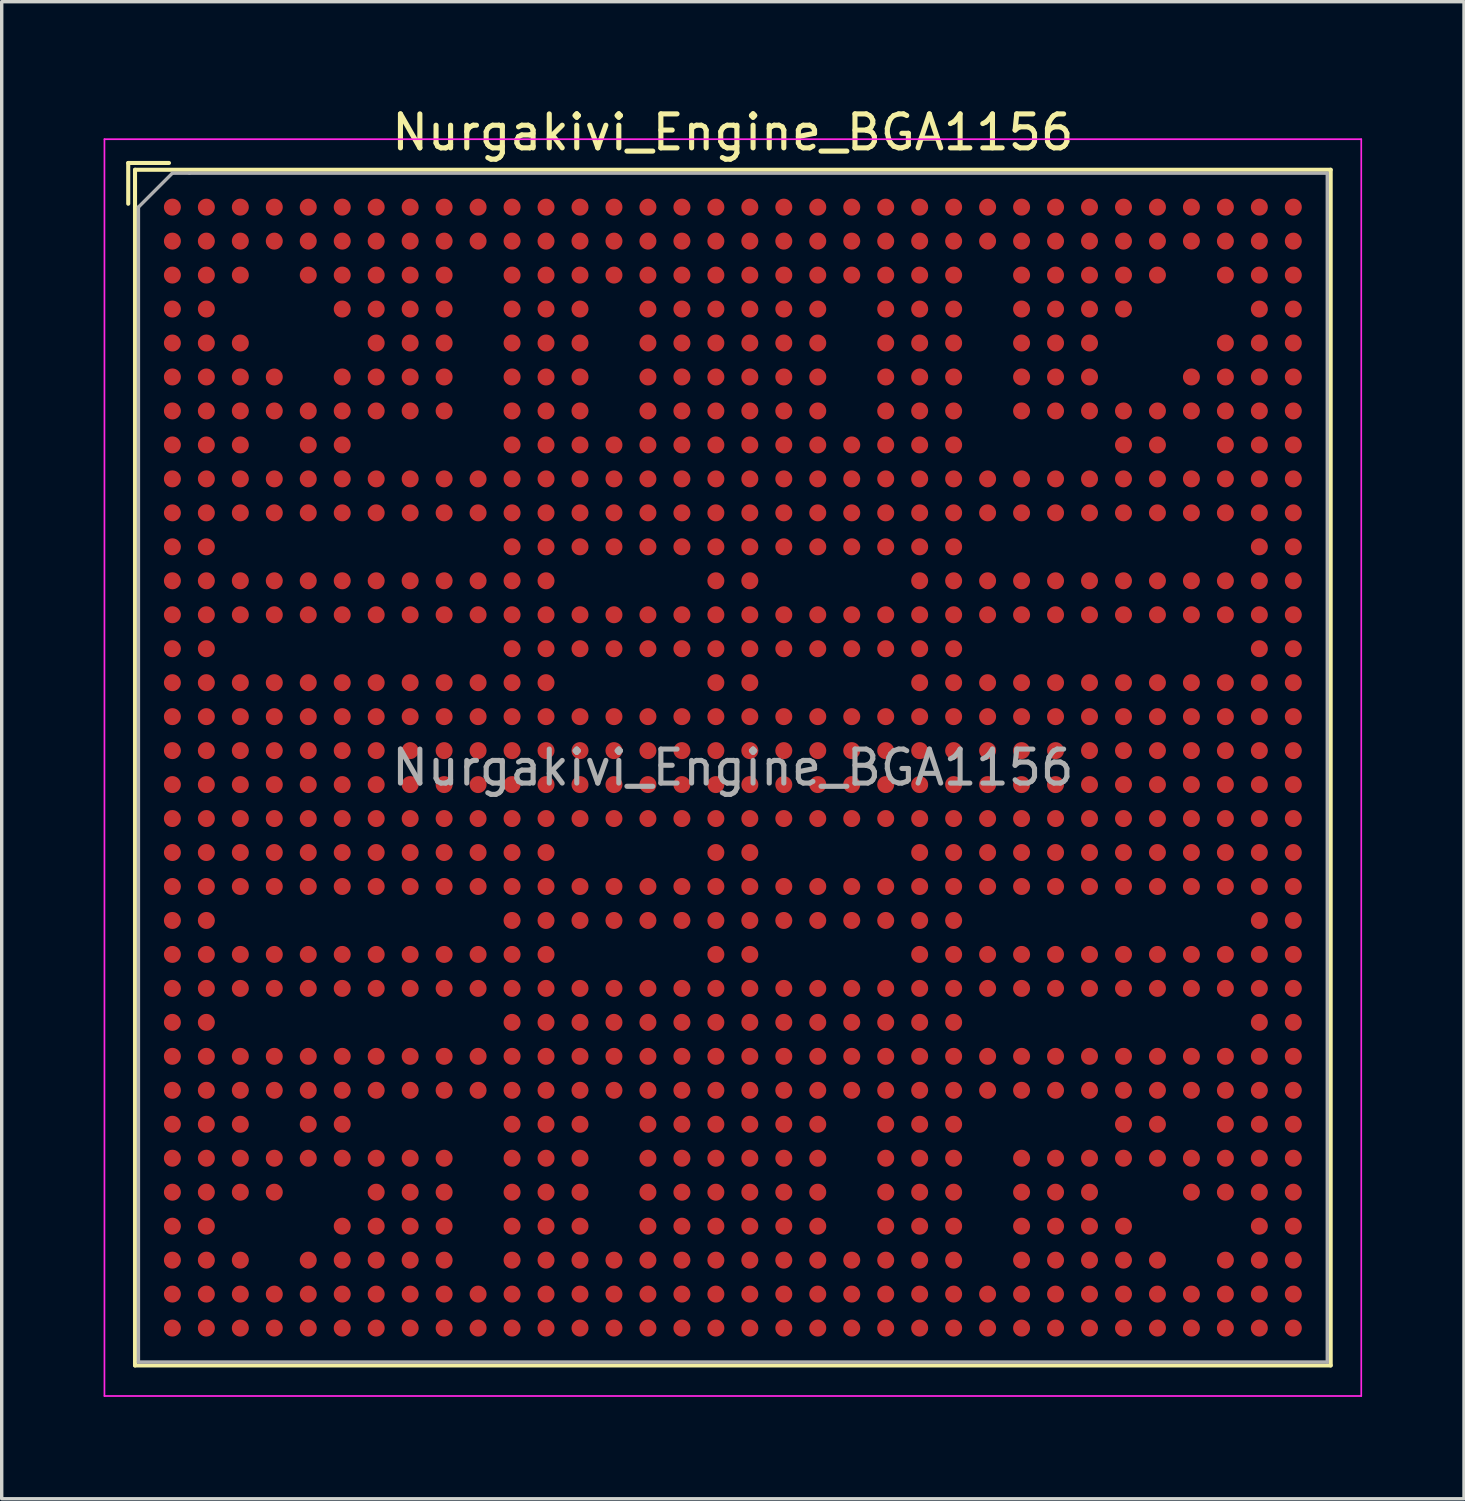
<source format=kicad_pcb>
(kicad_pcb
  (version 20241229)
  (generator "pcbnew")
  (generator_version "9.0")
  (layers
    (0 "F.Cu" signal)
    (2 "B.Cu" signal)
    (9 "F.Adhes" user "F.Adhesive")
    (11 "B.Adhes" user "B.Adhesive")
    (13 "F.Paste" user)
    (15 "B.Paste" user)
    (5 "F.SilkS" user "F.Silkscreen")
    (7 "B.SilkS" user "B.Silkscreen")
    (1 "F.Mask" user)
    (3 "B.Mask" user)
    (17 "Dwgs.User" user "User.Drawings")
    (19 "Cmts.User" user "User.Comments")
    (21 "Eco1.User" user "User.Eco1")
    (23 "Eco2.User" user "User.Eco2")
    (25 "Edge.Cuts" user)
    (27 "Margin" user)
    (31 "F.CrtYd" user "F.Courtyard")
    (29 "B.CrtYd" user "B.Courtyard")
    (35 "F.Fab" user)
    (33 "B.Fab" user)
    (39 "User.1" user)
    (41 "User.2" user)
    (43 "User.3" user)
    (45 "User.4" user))
  (footprint "Nurgakivi_Engine_BGA1156"
    (layer "F.Cu")
    (at 18.525 19.548)
    (property "Reference" "Nurgakivi_Engine_BGA1156" (at 0 -18.7 0) (layer "F.SilkS") (effects (font (size 1 1) (thickness 0.15))))
    (attr smd)
    (fp_line (start -17.8 -17.8) (end -17.8 -16.6) (stroke (width 0.12) (type solid)) (layer "F.SilkS"))
    (fp_line (start -17.6 -17.6) (end -17.6 17.6) (stroke (width 0.12) (type solid)) (layer "F.SilkS"))
    (fp_line (start -17.6 17.6) (end 17.6 17.6) (stroke (width 0.12) (type solid)) (layer "F.SilkS"))
    (fp_line (start -16.6 -17.8) (end -17.8 -17.8) (stroke (width 0.12) (type solid)) (layer "F.SilkS"))
    (fp_line (start 17.6 -17.6) (end -17.6 -17.6) (stroke (width 0.12) (type solid)) (layer "F.SilkS"))
    (fp_line (start 17.6 17.6) (end 17.6 -17.6) (stroke (width 0.12) (type solid)) (layer "F.SilkS"))
    (fp_line (start -18.5 -18.5) (end -18.5 18.5) (stroke (width 0.05) (type solid)) (layer "F.CrtYd"))
    (fp_line (start -18.5 -18.5) (end 18.5 -18.5) (stroke (width 0.05) (type solid)) (layer "F.CrtYd"))
    (fp_line (start 18.5 18.5) (end -18.5 18.5) (stroke (width 0.05) (type solid)) (layer "F.CrtYd"))
    (fp_line (start 18.5 18.5) (end 18.5 -18.5) (stroke (width 0.05) (type solid)) (layer "F.CrtYd"))
    (fp_line (start -17.5 -16.5) (end -17.5 17.5) (stroke (width 0.1) (type solid)) (layer "F.Fab"))
    (fp_line (start -17.5 17.5) (end 17.5 17.5) (stroke (width 0.1) (type solid)) (layer "F.Fab"))
    (fp_line (start -16.5 -17.5) (end -17.5 -16.5) (stroke (width 0.1) (type solid)) (layer "F.Fab"))
    (fp_line (start -16 -17.5) (end -16.5 -17.5) (stroke (width 0.1) (type solid)) (layer "F.Fab"))
    (fp_line (start 17.5 -17.5) (end -16 -17.5) (stroke (width 0.1) (type solid)) (layer "F.Fab"))
    (fp_line (start 17.5 17.5) (end 17.5 -17.5) (stroke (width 0.1) (type solid)) (layer "F.Fab"))
    (fp_text user "${REFERENCE}" (at 0 0 0) (layer "F.Fab") (effects (font (size 1 1) (thickness 0.15))))
    (pad "A1" smd circle (at -16.5 -16.5) (size 0.5 0.5) (layers "F.Cu" "F.Mask" "F.Paste"))
    (pad "A2" smd circle (at -15.5 -16.5) (size 0.5 0.5) (layers "F.Cu" "F.Mask" "F.Paste"))
    (pad "A3" smd circle (at -14.5 -16.5) (size 0.5 0.5) (layers "F.Cu" "F.Mask" "F.Paste"))
    (pad "A4" smd circle (at -13.5 -16.5) (size 0.5 0.5) (layers "F.Cu" "F.Mask" "F.Paste"))
    (pad "A5" smd circle (at -12.5 -16.5) (size 0.5 0.5) (layers "F.Cu" "F.Mask" "F.Paste"))
    (pad "A6" smd circle (at -11.5 -16.5) (size 0.5 0.5) (layers "F.Cu" "F.Mask" "F.Paste"))
    (pad "A7" smd circle (at -10.5 -16.5) (size 0.5 0.5) (layers "F.Cu" "F.Mask" "F.Paste"))
    (pad "A8" smd circle (at -9.5 -16.5) (size 0.5 0.5) (layers "F.Cu" "F.Mask" "F.Paste"))
    (pad "A9" smd circle (at -8.5 -16.5) (size 0.5 0.5) (layers "F.Cu" "F.Mask" "F.Paste"))
    (pad "A10" smd circle (at -7.5 -16.5) (size 0.5 0.5) (layers "F.Cu" "F.Mask" "F.Paste"))
    (pad "A11" smd circle (at -6.5 -16.5) (size 0.5 0.5) (layers "F.Cu" "F.Mask" "F.Paste"))
    (pad "A12" smd circle (at -5.5 -16.5) (size 0.5 0.5) (layers "F.Cu" "F.Mask" "F.Paste"))
    (pad "A13" smd circle (at -4.5 -16.5) (size 0.5 0.5) (layers "F.Cu" "F.Mask" "F.Paste"))
    (pad "A14" smd circle (at -3.5 -16.5) (size 0.5 0.5) (layers "F.Cu" "F.Mask" "F.Paste"))
    (pad "A15" smd circle (at -2.5 -16.5) (size 0.5 0.5) (layers "F.Cu" "F.Mask" "F.Paste"))
    (pad "A16" smd circle (at -1.5 -16.5) (size 0.5 0.5) (layers "F.Cu" "F.Mask" "F.Paste"))
    (pad "A17" smd circle (at -0.5 -16.5) (size 0.5 0.5) (layers "F.Cu" "F.Mask" "F.Paste"))
    (pad "A18" smd circle (at 0.5 -16.5) (size 0.5 0.5) (layers "F.Cu" "F.Mask" "F.Paste"))
    (pad "A19" smd circle (at 1.5 -16.5) (size 0.5 0.5) (layers "F.Cu" "F.Mask" "F.Paste"))
    (pad "A20" smd circle (at 2.5 -16.5) (size 0.5 0.5) (layers "F.Cu" "F.Mask" "F.Paste"))
    (pad "A21" smd circle (at 3.5 -16.5) (size 0.5 0.5) (layers "F.Cu" "F.Mask" "F.Paste"))
    (pad "A22" smd circle (at 4.5 -16.5) (size 0.5 0.5) (layers "F.Cu" "F.Mask" "F.Paste"))
    (pad "A23" smd circle (at 5.5 -16.5) (size 0.5 0.5) (layers "F.Cu" "F.Mask" "F.Paste"))
    (pad "A24" smd circle (at 6.5 -16.5) (size 0.5 0.5) (layers "F.Cu" "F.Mask" "F.Paste"))
    (pad "A25" smd circle (at 7.5 -16.5) (size 0.5 0.5) (layers "F.Cu" "F.Mask" "F.Paste"))
    (pad "A26" smd circle (at 8.5 -16.5) (size 0.5 0.5) (layers "F.Cu" "F.Mask" "F.Paste"))
    (pad "A27" smd circle (at 9.5 -16.5) (size 0.5 0.5) (layers "F.Cu" "F.Mask" "F.Paste"))
    (pad "A28" smd circle (at 10.5 -16.5) (size 0.5 0.5) (layers "F.Cu" "F.Mask" "F.Paste"))
    (pad "A29" smd circle (at 11.5 -16.5) (size 0.5 0.5) (layers "F.Cu" "F.Mask" "F.Paste"))
    (pad "A30" smd circle (at 12.5 -16.5) (size 0.5 0.5) (layers "F.Cu" "F.Mask" "F.Paste"))
    (pad "A31" smd circle (at 13.5 -16.5) (size 0.5 0.5) (layers "F.Cu" "F.Mask" "F.Paste"))
    (pad "A32" smd circle (at 14.5 -16.5) (size 0.5 0.5) (layers "F.Cu" "F.Mask" "F.Paste"))
    (pad "A33" smd circle (at 15.5 -16.5) (size 0.5 0.5) (layers "F.Cu" "F.Mask" "F.Paste"))
    (pad "A34" smd circle (at 16.5 -16.5) (size 0.5 0.5) (layers "F.Cu" "F.Mask" "F.Paste"))
    (pad "AA1" smd circle (at -16.5 3.5) (size 0.5 0.5) (layers "F.Cu" "F.Mask" "F.Paste"))
    (pad "AA2" smd circle (at -15.5 3.5) (size 0.5 0.5) (layers "F.Cu" "F.Mask" "F.Paste"))
    (pad "AA3" smd circle (at -14.5 3.5) (size 0.5 0.5) (layers "F.Cu" "F.Mask" "F.Paste"))
    (pad "AA4" smd circle (at -13.5 3.5) (size 0.5 0.5) (layers "F.Cu" "F.Mask" "F.Paste"))
    (pad "AA5" smd circle (at -12.5 3.5) (size 0.5 0.5) (layers "F.Cu" "F.Mask" "F.Paste"))
    (pad "AA6" smd circle (at -11.5 3.5) (size 0.5 0.5) (layers "F.Cu" "F.Mask" "F.Paste"))
    (pad "AA7" smd circle (at -10.5 3.5) (size 0.5 0.5) (layers "F.Cu" "F.Mask" "F.Paste"))
    (pad "AA8" smd circle (at -9.5 3.5) (size 0.5 0.5) (layers "F.Cu" "F.Mask" "F.Paste"))
    (pad "AA9" smd circle (at -8.5 3.5) (size 0.5 0.5) (layers "F.Cu" "F.Mask" "F.Paste"))
    (pad "AA10" smd circle (at -7.5 3.5) (size 0.5 0.5) (layers "F.Cu" "F.Mask" "F.Paste"))
    (pad "AA11" smd circle (at -6.5 3.5) (size 0.5 0.5) (layers "F.Cu" "F.Mask" "F.Paste"))
    (pad "AA12" smd circle (at -5.5 3.5) (size 0.5 0.5) (layers "F.Cu" "F.Mask" "F.Paste"))
    (pad "AA13" smd circle (at -4.5 3.5) (size 0.5 0.5) (layers "F.Cu" "F.Mask" "F.Paste"))
    (pad "AA14" smd circle (at -3.5 3.5) (size 0.5 0.5) (layers "F.Cu" "F.Mask" "F.Paste"))
    (pad "AA15" smd circle (at -2.5 3.5) (size 0.5 0.5) (layers "F.Cu" "F.Mask" "F.Paste"))
    (pad "AA16" smd circle (at -1.5 3.5) (size 0.5 0.5) (layers "F.Cu" "F.Mask" "F.Paste"))
    (pad "AA17" smd circle (at -0.5 3.5) (size 0.5 0.5) (layers "F.Cu" "F.Mask" "F.Paste"))
    (pad "AA18" smd circle (at 0.5 3.5) (size 0.5 0.5) (layers "F.Cu" "F.Mask" "F.Paste"))
    (pad "AA19" smd circle (at 1.5 3.5) (size 0.5 0.5) (layers "F.Cu" "F.Mask" "F.Paste"))
    (pad "AA20" smd circle (at 2.5 3.5) (size 0.5 0.5) (layers "F.Cu" "F.Mask" "F.Paste"))
    (pad "AA21" smd circle (at 3.5 3.5) (size 0.5 0.5) (layers "F.Cu" "F.Mask" "F.Paste"))
    (pad "AA22" smd circle (at 4.5 3.5) (size 0.5 0.5) (layers "F.Cu" "F.Mask" "F.Paste"))
    (pad "AA23" smd circle (at 5.5 3.5) (size 0.5 0.5) (layers "F.Cu" "F.Mask" "F.Paste"))
    (pad "AA24" smd circle (at 6.5 3.5) (size 0.5 0.5) (layers "F.Cu" "F.Mask" "F.Paste"))
    (pad "AA25" smd circle (at 7.5 3.5) (size 0.5 0.5) (layers "F.Cu" "F.Mask" "F.Paste"))
    (pad "AA26" smd circle (at 8.5 3.5) (size 0.5 0.5) (layers "F.Cu" "F.Mask" "F.Paste"))
    (pad "AA27" smd circle (at 9.5 3.5) (size 0.5 0.5) (layers "F.Cu" "F.Mask" "F.Paste"))
    (pad "AA28" smd circle (at 10.5 3.5) (size 0.5 0.5) (layers "F.Cu" "F.Mask" "F.Paste"))
    (pad "AA29" smd circle (at 11.5 3.5) (size 0.5 0.5) (layers "F.Cu" "F.Mask" "F.Paste"))
    (pad "AA30" smd circle (at 12.5 3.5) (size 0.5 0.5) (layers "F.Cu" "F.Mask" "F.Paste"))
    (pad "AA31" smd circle (at 13.5 3.5) (size 0.5 0.5) (layers "F.Cu" "F.Mask" "F.Paste"))
    (pad "AA32" smd circle (at 14.5 3.5) (size 0.5 0.5) (layers "F.Cu" "F.Mask" "F.Paste"))
    (pad "AA33" smd circle (at 15.5 3.5) (size 0.5 0.5) (layers "F.Cu" "F.Mask" "F.Paste"))
    (pad "AA34" smd circle (at 16.5 3.5) (size 0.5 0.5) (layers "F.Cu" "F.Mask" "F.Paste"))
    (pad "AB1" smd circle (at -16.5 4.5) (size 0.5 0.5) (layers "F.Cu" "F.Mask" "F.Paste"))
    (pad "AB2" smd circle (at -15.5 4.5) (size 0.5 0.5) (layers "F.Cu" "F.Mask" "F.Paste"))
    (pad "AB11" smd circle (at -6.5 4.5) (size 0.5 0.5) (layers "F.Cu" "F.Mask" "F.Paste"))
    (pad "AB12" smd circle (at -5.5 4.5) (size 0.5 0.5) (layers "F.Cu" "F.Mask" "F.Paste"))
    (pad "AB13" smd circle (at -4.5 4.5) (size 0.5 0.5) (layers "F.Cu" "F.Mask" "F.Paste"))
    (pad "AB14" smd circle (at -3.5 4.5) (size 0.5 0.5) (layers "F.Cu" "F.Mask" "F.Paste"))
    (pad "AB15" smd circle (at -2.5 4.5) (size 0.5 0.5) (layers "F.Cu" "F.Mask" "F.Paste"))
    (pad "AB16" smd circle (at -1.5 4.5) (size 0.5 0.5) (layers "F.Cu" "F.Mask" "F.Paste"))
    (pad "AB17" smd circle (at -0.5 4.5) (size 0.5 0.5) (layers "F.Cu" "F.Mask" "F.Paste"))
    (pad "AB18" smd circle (at 0.5 4.5) (size 0.5 0.5) (layers "F.Cu" "F.Mask" "F.Paste"))
    (pad "AB19" smd circle (at 1.5 4.5) (size 0.5 0.5) (layers "F.Cu" "F.Mask" "F.Paste"))
    (pad "AB20" smd circle (at 2.5 4.5) (size 0.5 0.5) (layers "F.Cu" "F.Mask" "F.Paste"))
    (pad "AB21" smd circle (at 3.5 4.5) (size 0.5 0.5) (layers "F.Cu" "F.Mask" "F.Paste"))
    (pad "AB22" smd circle (at 4.5 4.5) (size 0.5 0.5) (layers "F.Cu" "F.Mask" "F.Paste"))
    (pad "AB23" smd circle (at 5.5 4.5) (size 0.5 0.5) (layers "F.Cu" "F.Mask" "F.Paste"))
    (pad "AB24" smd circle (at 6.5 4.5) (size 0.5 0.5) (layers "F.Cu" "F.Mask" "F.Paste"))
    (pad "AB33" smd circle (at 15.5 4.5) (size 0.5 0.5) (layers "F.Cu" "F.Mask" "F.Paste"))
    (pad "AB34" smd circle (at 16.5 4.5) (size 0.5 0.5) (layers "F.Cu" "F.Mask" "F.Paste"))
    (pad "AC1" smd circle (at -16.5 5.5) (size 0.5 0.5) (layers "F.Cu" "F.Mask" "F.Paste"))
    (pad "AC2" smd circle (at -15.5 5.5) (size 0.5 0.5) (layers "F.Cu" "F.Mask" "F.Paste"))
    (pad "AC3" smd circle (at -14.5 5.5) (size 0.5 0.5) (layers "F.Cu" "F.Mask" "F.Paste"))
    (pad "AC4" smd circle (at -13.5 5.5) (size 0.5 0.5) (layers "F.Cu" "F.Mask" "F.Paste"))
    (pad "AC5" smd circle (at -12.5 5.5) (size 0.5 0.5) (layers "F.Cu" "F.Mask" "F.Paste"))
    (pad "AC6" smd circle (at -11.5 5.5) (size 0.5 0.5) (layers "F.Cu" "F.Mask" "F.Paste"))
    (pad "AC7" smd circle (at -10.5 5.5) (size 0.5 0.5) (layers "F.Cu" "F.Mask" "F.Paste"))
    (pad "AC8" smd circle (at -9.5 5.5) (size 0.5 0.5) (layers "F.Cu" "F.Mask" "F.Paste"))
    (pad "AC9" smd circle (at -8.5 5.5) (size 0.5 0.5) (layers "F.Cu" "F.Mask" "F.Paste"))
    (pad "AC10" smd circle (at -7.5 5.5) (size 0.5 0.5) (layers "F.Cu" "F.Mask" "F.Paste"))
    (pad "AC11" smd circle (at -6.5 5.5) (size 0.5 0.5) (layers "F.Cu" "F.Mask" "F.Paste"))
    (pad "AC12" smd circle (at -5.5 5.5) (size 0.5 0.5) (layers "F.Cu" "F.Mask" "F.Paste"))
    (pad "AC17" smd circle (at -0.5 5.5) (size 0.5 0.5) (layers "F.Cu" "F.Mask" "F.Paste"))
    (pad "AC18" smd circle (at 0.5 5.5) (size 0.5 0.5) (layers "F.Cu" "F.Mask" "F.Paste"))
    (pad "AC23" smd circle (at 5.5 5.5) (size 0.5 0.5) (layers "F.Cu" "F.Mask" "F.Paste"))
    (pad "AC24" smd circle (at 6.5 5.5) (size 0.5 0.5) (layers "F.Cu" "F.Mask" "F.Paste"))
    (pad "AC25" smd circle (at 7.5 5.5) (size 0.5 0.5) (layers "F.Cu" "F.Mask" "F.Paste"))
    (pad "AC26" smd circle (at 8.5 5.5) (size 0.5 0.5) (layers "F.Cu" "F.Mask" "F.Paste"))
    (pad "AC27" smd circle (at 9.5 5.5) (size 0.5 0.5) (layers "F.Cu" "F.Mask" "F.Paste"))
    (pad "AC28" smd circle (at 10.5 5.5) (size 0.5 0.5) (layers "F.Cu" "F.Mask" "F.Paste"))
    (pad "AC29" smd circle (at 11.5 5.5) (size 0.5 0.5) (layers "F.Cu" "F.Mask" "F.Paste"))
    (pad "AC30" smd circle (at 12.5 5.5) (size 0.5 0.5) (layers "F.Cu" "F.Mask" "F.Paste"))
    (pad "AC31" smd circle (at 13.5 5.5) (size 0.5 0.5) (layers "F.Cu" "F.Mask" "F.Paste"))
    (pad "AC32" smd circle (at 14.5 5.5) (size 0.5 0.5) (layers "F.Cu" "F.Mask" "F.Paste"))
    (pad "AC33" smd circle (at 15.5 5.5) (size 0.5 0.5) (layers "F.Cu" "F.Mask" "F.Paste"))
    (pad "AC34" smd circle (at 16.5 5.5) (size 0.5 0.5) (layers "F.Cu" "F.Mask" "F.Paste"))
    (pad "AD1" smd circle (at -16.5 6.5) (size 0.5 0.5) (layers "F.Cu" "F.Mask" "F.Paste"))
    (pad "AD2" smd circle (at -15.5 6.5) (size 0.5 0.5) (layers "F.Cu" "F.Mask" "F.Paste"))
    (pad "AD3" smd circle (at -14.5 6.5) (size 0.5 0.5) (layers "F.Cu" "F.Mask" "F.Paste"))
    (pad "AD4" smd circle (at -13.5 6.5) (size 0.5 0.5) (layers "F.Cu" "F.Mask" "F.Paste"))
    (pad "AD5" smd circle (at -12.5 6.5) (size 0.5 0.5) (layers "F.Cu" "F.Mask" "F.Paste"))
    (pad "AD6" smd circle (at -11.5 6.5) (size 0.5 0.5) (layers "F.Cu" "F.Mask" "F.Paste"))
    (pad "AD7" smd circle (at -10.5 6.5) (size 0.5 0.5) (layers "F.Cu" "F.Mask" "F.Paste"))
    (pad "AD8" smd circle (at -9.5 6.5) (size 0.5 0.5) (layers "F.Cu" "F.Mask" "F.Paste"))
    (pad "AD9" smd circle (at -8.5 6.5) (size 0.5 0.5) (layers "F.Cu" "F.Mask" "F.Paste"))
    (pad "AD10" smd circle (at -7.5 6.5) (size 0.5 0.5) (layers "F.Cu" "F.Mask" "F.Paste"))
    (pad "AD11" smd circle (at -6.5 6.5) (size 0.5 0.5) (layers "F.Cu" "F.Mask" "F.Paste"))
    (pad "AD12" smd circle (at -5.5 6.5) (size 0.5 0.5) (layers "F.Cu" "F.Mask" "F.Paste"))
    (pad "AD13" smd circle (at -4.5 6.5) (size 0.5 0.5) (layers "F.Cu" "F.Mask" "F.Paste"))
    (pad "AD14" smd circle (at -3.5 6.5) (size 0.5 0.5) (layers "F.Cu" "F.Mask" "F.Paste"))
    (pad "AD15" smd circle (at -2.5 6.5) (size 0.5 0.5) (layers "F.Cu" "F.Mask" "F.Paste"))
    (pad "AD16" smd circle (at -1.5 6.5) (size 0.5 0.5) (layers "F.Cu" "F.Mask" "F.Paste"))
    (pad "AD17" smd circle (at -0.5 6.5) (size 0.5 0.5) (layers "F.Cu" "F.Mask" "F.Paste"))
    (pad "AD18" smd circle (at 0.5 6.5) (size 0.5 0.5) (layers "F.Cu" "F.Mask" "F.Paste"))
    (pad "AD19" smd circle (at 1.5 6.5) (size 0.5 0.5) (layers "F.Cu" "F.Mask" "F.Paste"))
    (pad "AD20" smd circle (at 2.5 6.5) (size 0.5 0.5) (layers "F.Cu" "F.Mask" "F.Paste"))
    (pad "AD21" smd circle (at 3.5 6.5) (size 0.5 0.5) (layers "F.Cu" "F.Mask" "F.Paste"))
    (pad "AD22" smd circle (at 4.5 6.5) (size 0.5 0.5) (layers "F.Cu" "F.Mask" "F.Paste"))
    (pad "AD23" smd circle (at 5.5 6.5) (size 0.5 0.5) (layers "F.Cu" "F.Mask" "F.Paste"))
    (pad "AD24" smd circle (at 6.5 6.5) (size 0.5 0.5) (layers "F.Cu" "F.Mask" "F.Paste"))
    (pad "AD25" smd circle (at 7.5 6.5) (size 0.5 0.5) (layers "F.Cu" "F.Mask" "F.Paste"))
    (pad "AD26" smd circle (at 8.5 6.5) (size 0.5 0.5) (layers "F.Cu" "F.Mask" "F.Paste"))
    (pad "AD27" smd circle (at 9.5 6.5) (size 0.5 0.5) (layers "F.Cu" "F.Mask" "F.Paste"))
    (pad "AD28" smd circle (at 10.5 6.5) (size 0.5 0.5) (layers "F.Cu" "F.Mask" "F.Paste"))
    (pad "AD29" smd circle (at 11.5 6.5) (size 0.5 0.5) (layers "F.Cu" "F.Mask" "F.Paste"))
    (pad "AD30" smd circle (at 12.5 6.5) (size 0.5 0.5) (layers "F.Cu" "F.Mask" "F.Paste"))
    (pad "AD31" smd circle (at 13.5 6.5) (size 0.5 0.5) (layers "F.Cu" "F.Mask" "F.Paste"))
    (pad "AD32" smd circle (at 14.5 6.5) (size 0.5 0.5) (layers "F.Cu" "F.Mask" "F.Paste"))
    (pad "AD33" smd circle (at 15.5 6.5) (size 0.5 0.5) (layers "F.Cu" "F.Mask" "F.Paste"))
    (pad "AD34" smd circle (at 16.5 6.5) (size 0.5 0.5) (layers "F.Cu" "F.Mask" "F.Paste"))
    (pad "AE1" smd circle (at -16.5 7.5) (size 0.5 0.5) (layers "F.Cu" "F.Mask" "F.Paste"))
    (pad "AE2" smd circle (at -15.5 7.5) (size 0.5 0.5) (layers "F.Cu" "F.Mask" "F.Paste"))
    (pad "AE11" smd circle (at -6.5 7.5) (size 0.5 0.5) (layers "F.Cu" "F.Mask" "F.Paste"))
    (pad "AE12" smd circle (at -5.5 7.5) (size 0.5 0.5) (layers "F.Cu" "F.Mask" "F.Paste"))
    (pad "AE13" smd circle (at -4.5 7.5) (size 0.5 0.5) (layers "F.Cu" "F.Mask" "F.Paste"))
    (pad "AE14" smd circle (at -3.5 7.5) (size 0.5 0.5) (layers "F.Cu" "F.Mask" "F.Paste"))
    (pad "AE15" smd circle (at -2.5 7.5) (size 0.5 0.5) (layers "F.Cu" "F.Mask" "F.Paste"))
    (pad "AE16" smd circle (at -1.5 7.5) (size 0.5 0.5) (layers "F.Cu" "F.Mask" "F.Paste"))
    (pad "AE17" smd circle (at -0.5 7.5) (size 0.5 0.5) (layers "F.Cu" "F.Mask" "F.Paste"))
    (pad "AE18" smd circle (at 0.5 7.5) (size 0.5 0.5) (layers "F.Cu" "F.Mask" "F.Paste"))
    (pad "AE19" smd circle (at 1.5 7.5) (size 0.5 0.5) (layers "F.Cu" "F.Mask" "F.Paste"))
    (pad "AE20" smd circle (at 2.5 7.5) (size 0.5 0.5) (layers "F.Cu" "F.Mask" "F.Paste"))
    (pad "AE21" smd circle (at 3.5 7.5) (size 0.5 0.5) (layers "F.Cu" "F.Mask" "F.Paste"))
    (pad "AE22" smd circle (at 4.5 7.5) (size 0.5 0.5) (layers "F.Cu" "F.Mask" "F.Paste"))
    (pad "AE23" smd circle (at 5.5 7.5) (size 0.5 0.5) (layers "F.Cu" "F.Mask" "F.Paste"))
    (pad "AE24" smd circle (at 6.5 7.5) (size 0.5 0.5) (layers "F.Cu" "F.Mask" "F.Paste"))
    (pad "AE33" smd circle (at 15.5 7.5) (size 0.5 0.5) (layers "F.Cu" "F.Mask" "F.Paste"))
    (pad "AE34" smd circle (at 16.5 7.5) (size 0.5 0.5) (layers "F.Cu" "F.Mask" "F.Paste"))
    (pad "AF1" smd circle (at -16.5 8.5) (size 0.5 0.5) (layers "F.Cu" "F.Mask" "F.Paste"))
    (pad "AF2" smd circle (at -15.5 8.5) (size 0.5 0.5) (layers "F.Cu" "F.Mask" "F.Paste"))
    (pad "AF3" smd circle (at -14.5 8.5) (size 0.5 0.5) (layers "F.Cu" "F.Mask" "F.Paste"))
    (pad "AF4" smd circle (at -13.5 8.5) (size 0.5 0.5) (layers "F.Cu" "F.Mask" "F.Paste"))
    (pad "AF5" smd circle (at -12.5 8.5) (size 0.5 0.5) (layers "F.Cu" "F.Mask" "F.Paste"))
    (pad "AF6" smd circle (at -11.5 8.5) (size 0.5 0.5) (layers "F.Cu" "F.Mask" "F.Paste"))
    (pad "AF7" smd circle (at -10.5 8.5) (size 0.5 0.5) (layers "F.Cu" "F.Mask" "F.Paste"))
    (pad "AF8" smd circle (at -9.5 8.5) (size 0.5 0.5) (layers "F.Cu" "F.Mask" "F.Paste"))
    (pad "AF9" smd circle (at -8.5 8.5) (size 0.5 0.5) (layers "F.Cu" "F.Mask" "F.Paste"))
    (pad "AF10" smd circle (at -7.5 8.5) (size 0.5 0.5) (layers "F.Cu" "F.Mask" "F.Paste"))
    (pad "AF11" smd circle (at -6.5 8.5) (size 0.5 0.5) (layers "F.Cu" "F.Mask" "F.Paste"))
    (pad "AF12" smd circle (at -5.5 8.5) (size 0.5 0.5) (layers "F.Cu" "F.Mask" "F.Paste"))
    (pad "AF13" smd circle (at -4.5 8.5) (size 0.5 0.5) (layers "F.Cu" "F.Mask" "F.Paste"))
    (pad "AF14" smd circle (at -3.5 8.5) (size 0.5 0.5) (layers "F.Cu" "F.Mask" "F.Paste"))
    (pad "AF15" smd circle (at -2.5 8.5) (size 0.5 0.5) (layers "F.Cu" "F.Mask" "F.Paste"))
    (pad "AF16" smd circle (at -1.5 8.5) (size 0.5 0.5) (layers "F.Cu" "F.Mask" "F.Paste"))
    (pad "AF17" smd circle (at -0.5 8.5) (size 0.5 0.5) (layers "F.Cu" "F.Mask" "F.Paste"))
    (pad "AF18" smd circle (at 0.5 8.5) (size 0.5 0.5) (layers "F.Cu" "F.Mask" "F.Paste"))
    (pad "AF19" smd circle (at 1.5 8.5) (size 0.5 0.5) (layers "F.Cu" "F.Mask" "F.Paste"))
    (pad "AF20" smd circle (at 2.5 8.5) (size 0.5 0.5) (layers "F.Cu" "F.Mask" "F.Paste"))
    (pad "AF21" smd circle (at 3.5 8.5) (size 0.5 0.5) (layers "F.Cu" "F.Mask" "F.Paste"))
    (pad "AF22" smd circle (at 4.5 8.5) (size 0.5 0.5) (layers "F.Cu" "F.Mask" "F.Paste"))
    (pad "AF23" smd circle (at 5.5 8.5) (size 0.5 0.5) (layers "F.Cu" "F.Mask" "F.Paste"))
    (pad "AF24" smd circle (at 6.5 8.5) (size 0.5 0.5) (layers "F.Cu" "F.Mask" "F.Paste"))
    (pad "AF25" smd circle (at 7.5 8.5) (size 0.5 0.5) (layers "F.Cu" "F.Mask" "F.Paste"))
    (pad "AF26" smd circle (at 8.5 8.5) (size 0.5 0.5) (layers "F.Cu" "F.Mask" "F.Paste"))
    (pad "AF27" smd circle (at 9.5 8.5) (size 0.5 0.5) (layers "F.Cu" "F.Mask" "F.Paste"))
    (pad "AF28" smd circle (at 10.5 8.5) (size 0.5 0.5) (layers "F.Cu" "F.Mask" "F.Paste"))
    (pad "AF29" smd circle (at 11.5 8.5) (size 0.5 0.5) (layers "F.Cu" "F.Mask" "F.Paste"))
    (pad "AF30" smd circle (at 12.5 8.5) (size 0.5 0.5) (layers "F.Cu" "F.Mask" "F.Paste"))
    (pad "AF31" smd circle (at 13.5 8.5) (size 0.5 0.5) (layers "F.Cu" "F.Mask" "F.Paste"))
    (pad "AF32" smd circle (at 14.5 8.5) (size 0.5 0.5) (layers "F.Cu" "F.Mask" "F.Paste"))
    (pad "AF33" smd circle (at 15.5 8.5) (size 0.5 0.5) (layers "F.Cu" "F.Mask" "F.Paste"))
    (pad "AF34" smd circle (at 16.5 8.5) (size 0.5 0.5) (layers "F.Cu" "F.Mask" "F.Paste"))
    (pad "AG1" smd circle (at -16.5 9.5) (size 0.5 0.5) (layers "F.Cu" "F.Mask" "F.Paste"))
    (pad "AG2" smd circle (at -15.5 9.5) (size 0.5 0.5) (layers "F.Cu" "F.Mask" "F.Paste"))
    (pad "AG3" smd circle (at -14.5 9.5) (size 0.5 0.5) (layers "F.Cu" "F.Mask" "F.Paste"))
    (pad "AG4" smd circle (at -13.5 9.5) (size 0.5 0.5) (layers "F.Cu" "F.Mask" "F.Paste"))
    (pad "AG5" smd circle (at -12.5 9.5) (size 0.5 0.5) (layers "F.Cu" "F.Mask" "F.Paste"))
    (pad "AG6" smd circle (at -11.5 9.5) (size 0.5 0.5) (layers "F.Cu" "F.Mask" "F.Paste"))
    (pad "AG7" smd circle (at -10.5 9.5) (size 0.5 0.5) (layers "F.Cu" "F.Mask" "F.Paste"))
    (pad "AG8" smd circle (at -9.5 9.5) (size 0.5 0.5) (layers "F.Cu" "F.Mask" "F.Paste"))
    (pad "AG9" smd circle (at -8.5 9.5) (size 0.5 0.5) (layers "F.Cu" "F.Mask" "F.Paste"))
    (pad "AG10" smd circle (at -7.5 9.5) (size 0.5 0.5) (layers "F.Cu" "F.Mask" "F.Paste"))
    (pad "AG11" smd circle (at -6.5 9.5) (size 0.5 0.5) (layers "F.Cu" "F.Mask" "F.Paste"))
    (pad "AG12" smd circle (at -5.5 9.5) (size 0.5 0.5) (layers "F.Cu" "F.Mask" "F.Paste"))
    (pad "AG13" smd circle (at -4.5 9.5) (size 0.5 0.5) (layers "F.Cu" "F.Mask" "F.Paste"))
    (pad "AG14" smd circle (at -3.5 9.5) (size 0.5 0.5) (layers "F.Cu" "F.Mask" "F.Paste"))
    (pad "AG15" smd circle (at -2.5 9.5) (size 0.5 0.5) (layers "F.Cu" "F.Mask" "F.Paste"))
    (pad "AG16" smd circle (at -1.5 9.5) (size 0.5 0.5) (layers "F.Cu" "F.Mask" "F.Paste"))
    (pad "AG17" smd circle (at -0.5 9.5) (size 0.5 0.5) (layers "F.Cu" "F.Mask" "F.Paste"))
    (pad "AG18" smd circle (at 0.5 9.5) (size 0.5 0.5) (layers "F.Cu" "F.Mask" "F.Paste"))
    (pad "AG19" smd circle (at 1.5 9.5) (size 0.5 0.5) (layers "F.Cu" "F.Mask" "F.Paste"))
    (pad "AG20" smd circle (at 2.5 9.5) (size 0.5 0.5) (layers "F.Cu" "F.Mask" "F.Paste"))
    (pad "AG21" smd circle (at 3.5 9.5) (size 0.5 0.5) (layers "F.Cu" "F.Mask" "F.Paste"))
    (pad "AG22" smd circle (at 4.5 9.5) (size 0.5 0.5) (layers "F.Cu" "F.Mask" "F.Paste"))
    (pad "AG23" smd circle (at 5.5 9.5) (size 0.5 0.5) (layers "F.Cu" "F.Mask" "F.Paste"))
    (pad "AG24" smd circle (at 6.5 9.5) (size 0.5 0.5) (layers "F.Cu" "F.Mask" "F.Paste"))
    (pad "AG25" smd circle (at 7.5 9.5) (size 0.5 0.5) (layers "F.Cu" "F.Mask" "F.Paste"))
    (pad "AG26" smd circle (at 8.5 9.5) (size 0.5 0.5) (layers "F.Cu" "F.Mask" "F.Paste"))
    (pad "AG27" smd circle (at 9.5 9.5) (size 0.5 0.5) (layers "F.Cu" "F.Mask" "F.Paste"))
    (pad "AG28" smd circle (at 10.5 9.5) (size 0.5 0.5) (layers "F.Cu" "F.Mask" "F.Paste"))
    (pad "AG29" smd circle (at 11.5 9.5) (size 0.5 0.5) (layers "F.Cu" "F.Mask" "F.Paste"))
    (pad "AG30" smd circle (at 12.5 9.5) (size 0.5 0.5) (layers "F.Cu" "F.Mask" "F.Paste"))
    (pad "AG31" smd circle (at 13.5 9.5) (size 0.5 0.5) (layers "F.Cu" "F.Mask" "F.Paste"))
    (pad "AG32" smd circle (at 14.5 9.5) (size 0.5 0.5) (layers "F.Cu" "F.Mask" "F.Paste"))
    (pad "AG33" smd circle (at 15.5 9.5) (size 0.5 0.5) (layers "F.Cu" "F.Mask" "F.Paste"))
    (pad "AG34" smd circle (at 16.5 9.5) (size 0.5 0.5) (layers "F.Cu" "F.Mask" "F.Paste"))
    (pad "AH1" smd circle (at -16.5 10.5) (size 0.5 0.5) (layers "F.Cu" "F.Mask" "F.Paste"))
    (pad "AH2" smd circle (at -15.5 10.5) (size 0.5 0.5) (layers "F.Cu" "F.Mask" "F.Paste"))
    (pad "AH3" smd circle (at -14.5 10.5) (size 0.5 0.5) (layers "F.Cu" "F.Mask" "F.Paste"))
    (pad "AH5" smd circle (at -12.5 10.5) (size 0.5 0.5) (layers "F.Cu" "F.Mask" "F.Paste"))
    (pad "AH6" smd circle (at -11.5 10.5) (size 0.5 0.5) (layers "F.Cu" "F.Mask" "F.Paste"))
    (pad "AH11" smd circle (at -6.5 10.5) (size 0.5 0.5) (layers "F.Cu" "F.Mask" "F.Paste"))
    (pad "AH12" smd circle (at -5.5 10.5) (size 0.5 0.5) (layers "F.Cu" "F.Mask" "F.Paste"))
    (pad "AH13" smd circle (at -4.5 10.5) (size 0.5 0.5) (layers "F.Cu" "F.Mask" "F.Paste"))
    (pad "AH15" smd circle (at -2.5 10.5) (size 0.5 0.5) (layers "F.Cu" "F.Mask" "F.Paste"))
    (pad "AH16" smd circle (at -1.5 10.5) (size 0.5 0.5) (layers "F.Cu" "F.Mask" "F.Paste"))
    (pad "AH17" smd circle (at -0.5 10.5) (size 0.5 0.5) (layers "F.Cu" "F.Mask" "F.Paste"))
    (pad "AH18" smd circle (at 0.5 10.5) (size 0.5 0.5) (layers "F.Cu" "F.Mask" "F.Paste"))
    (pad "AH19" smd circle (at 1.5 10.5) (size 0.5 0.5) (layers "F.Cu" "F.Mask" "F.Paste"))
    (pad "AH20" smd circle (at 2.5 10.5) (size 0.5 0.5) (layers "F.Cu" "F.Mask" "F.Paste"))
    (pad "AH22" smd circle (at 4.5 10.5) (size 0.5 0.5) (layers "F.Cu" "F.Mask" "F.Paste"))
    (pad "AH23" smd circle (at 5.5 10.5) (size 0.5 0.5) (layers "F.Cu" "F.Mask" "F.Paste"))
    (pad "AH24" smd circle (at 6.5 10.5) (size 0.5 0.5) (layers "F.Cu" "F.Mask" "F.Paste"))
    (pad "AH29" smd circle (at 11.5 10.5) (size 0.5 0.5) (layers "F.Cu" "F.Mask" "F.Paste"))
    (pad "AH30" smd circle (at 12.5 10.5) (size 0.5 0.5) (layers "F.Cu" "F.Mask" "F.Paste"))
    (pad "AH32" smd circle (at 14.5 10.5) (size 0.5 0.5) (layers "F.Cu" "F.Mask" "F.Paste"))
    (pad "AH33" smd circle (at 15.5 10.5) (size 0.5 0.5) (layers "F.Cu" "F.Mask" "F.Paste"))
    (pad "AH34" smd circle (at 16.5 10.5) (size 0.5 0.5) (layers "F.Cu" "F.Mask" "F.Paste"))
    (pad "AJ1" smd circle (at -16.5 11.5) (size 0.5 0.5) (layers "F.Cu" "F.Mask" "F.Paste"))
    (pad "AJ2" smd circle (at -15.5 11.5) (size 0.5 0.5) (layers "F.Cu" "F.Mask" "F.Paste"))
    (pad "AJ3" smd circle (at -14.5 11.5) (size 0.5 0.5) (layers "F.Cu" "F.Mask" "F.Paste"))
    (pad "AJ4" smd circle (at -13.5 11.5) (size 0.5 0.5) (layers "F.Cu" "F.Mask" "F.Paste"))
    (pad "AJ5" smd circle (at -12.5 11.5) (size 0.5 0.5) (layers "F.Cu" "F.Mask" "F.Paste"))
    (pad "AJ6" smd circle (at -11.5 11.5) (size 0.5 0.5) (layers "F.Cu" "F.Mask" "F.Paste"))
    (pad "AJ7" smd circle (at -10.5 11.5) (size 0.5 0.5) (layers "F.Cu" "F.Mask" "F.Paste"))
    (pad "AJ8" smd circle (at -9.5 11.5) (size 0.5 0.5) (layers "F.Cu" "F.Mask" "F.Paste"))
    (pad "AJ9" smd circle (at -8.5 11.5) (size 0.5 0.5) (layers "F.Cu" "F.Mask" "F.Paste"))
    (pad "AJ11" smd circle (at -6.5 11.5) (size 0.5 0.5) (layers "F.Cu" "F.Mask" "F.Paste"))
    (pad "AJ12" smd circle (at -5.5 11.5) (size 0.5 0.5) (layers "F.Cu" "F.Mask" "F.Paste"))
    (pad "AJ13" smd circle (at -4.5 11.5) (size 0.5 0.5) (layers "F.Cu" "F.Mask" "F.Paste"))
    (pad "AJ15" smd circle (at -2.5 11.5) (size 0.5 0.5) (layers "F.Cu" "F.Mask" "F.Paste"))
    (pad "AJ16" smd circle (at -1.5 11.5) (size 0.5 0.5) (layers "F.Cu" "F.Mask" "F.Paste"))
    (pad "AJ17" smd circle (at -0.5 11.5) (size 0.5 0.5) (layers "F.Cu" "F.Mask" "F.Paste"))
    (pad "AJ18" smd circle (at 0.5 11.5) (size 0.5 0.5) (layers "F.Cu" "F.Mask" "F.Paste"))
    (pad "AJ19" smd circle (at 1.5 11.5) (size 0.5 0.5) (layers "F.Cu" "F.Mask" "F.Paste"))
    (pad "AJ20" smd circle (at 2.5 11.5) (size 0.5 0.5) (layers "F.Cu" "F.Mask" "F.Paste"))
    (pad "AJ22" smd circle (at 4.5 11.5) (size 0.5 0.5) (layers "F.Cu" "F.Mask" "F.Paste"))
    (pad "AJ23" smd circle (at 5.5 11.5) (size 0.5 0.5) (layers "F.Cu" "F.Mask" "F.Paste"))
    (pad "AJ24" smd circle (at 6.5 11.5) (size 0.5 0.5) (layers "F.Cu" "F.Mask" "F.Paste"))
    (pad "AJ26" smd circle (at 8.5 11.5) (size 0.5 0.5) (layers "F.Cu" "F.Mask" "F.Paste"))
    (pad "AJ27" smd circle (at 9.5 11.5) (size 0.5 0.5) (layers "F.Cu" "F.Mask" "F.Paste"))
    (pad "AJ28" smd circle (at 10.5 11.5) (size 0.5 0.5) (layers "F.Cu" "F.Mask" "F.Paste"))
    (pad "AJ29" smd circle (at 11.5 11.5) (size 0.5 0.5) (layers "F.Cu" "F.Mask" "F.Paste"))
    (pad "AJ30" smd circle (at 12.5 11.5) (size 0.5 0.5) (layers "F.Cu" "F.Mask" "F.Paste"))
    (pad "AJ31" smd circle (at 13.5 11.5) (size 0.5 0.5) (layers "F.Cu" "F.Mask" "F.Paste"))
    (pad "AJ32" smd circle (at 14.5 11.5) (size 0.5 0.5) (layers "F.Cu" "F.Mask" "F.Paste"))
    (pad "AJ33" smd circle (at 15.5 11.5) (size 0.5 0.5) (layers "F.Cu" "F.Mask" "F.Paste"))
    (pad "AJ34" smd circle (at 16.5 11.5) (size 0.5 0.5) (layers "F.Cu" "F.Mask" "F.Paste"))
    (pad "AK1" smd circle (at -16.5 12.5) (size 0.5 0.5) (layers "F.Cu" "F.Mask" "F.Paste"))
    (pad "AK2" smd circle (at -15.5 12.5) (size 0.5 0.5) (layers "F.Cu" "F.Mask" "F.Paste"))
    (pad "AK3" smd circle (at -14.5 12.5) (size 0.5 0.5) (layers "F.Cu" "F.Mask" "F.Paste"))
    (pad "AK4" smd circle (at -13.5 12.5) (size 0.5 0.5) (layers "F.Cu" "F.Mask" "F.Paste"))
    (pad "AK7" smd circle (at -10.5 12.5) (size 0.5 0.5) (layers "F.Cu" "F.Mask" "F.Paste"))
    (pad "AK8" smd circle (at -9.5 12.5) (size 0.5 0.5) (layers "F.Cu" "F.Mask" "F.Paste"))
    (pad "AK9" smd circle (at -8.5 12.5) (size 0.5 0.5) (layers "F.Cu" "F.Mask" "F.Paste"))
    (pad "AK11" smd circle (at -6.5 12.5) (size 0.5 0.5) (layers "F.Cu" "F.Mask" "F.Paste"))
    (pad "AK12" smd circle (at -5.5 12.5) (size 0.5 0.5) (layers "F.Cu" "F.Mask" "F.Paste"))
    (pad "AK13" smd circle (at -4.5 12.5) (size 0.5 0.5) (layers "F.Cu" "F.Mask" "F.Paste"))
    (pad "AK15" smd circle (at -2.5 12.5) (size 0.5 0.5) (layers "F.Cu" "F.Mask" "F.Paste"))
    (pad "AK16" smd circle (at -1.5 12.5) (size 0.5 0.5) (layers "F.Cu" "F.Mask" "F.Paste"))
    (pad "AK17" smd circle (at -0.5 12.5) (size 0.5 0.5) (layers "F.Cu" "F.Mask" "F.Paste"))
    (pad "AK18" smd circle (at 0.5 12.5) (size 0.5 0.5) (layers "F.Cu" "F.Mask" "F.Paste"))
    (pad "AK19" smd circle (at 1.5 12.5) (size 0.5 0.5) (layers "F.Cu" "F.Mask" "F.Paste"))
    (pad "AK20" smd circle (at 2.5 12.5) (size 0.5 0.5) (layers "F.Cu" "F.Mask" "F.Paste"))
    (pad "AK22" smd circle (at 4.5 12.5) (size 0.5 0.5) (layers "F.Cu" "F.Mask" "F.Paste"))
    (pad "AK23" smd circle (at 5.5 12.5) (size 0.5 0.5) (layers "F.Cu" "F.Mask" "F.Paste"))
    (pad "AK24" smd circle (at 6.5 12.5) (size 0.5 0.5) (layers "F.Cu" "F.Mask" "F.Paste"))
    (pad "AK26" smd circle (at 8.5 12.5) (size 0.5 0.5) (layers "F.Cu" "F.Mask" "F.Paste"))
    (pad "AK27" smd circle (at 9.5 12.5) (size 0.5 0.5) (layers "F.Cu" "F.Mask" "F.Paste"))
    (pad "AK28" smd circle (at 10.5 12.5) (size 0.5 0.5) (layers "F.Cu" "F.Mask" "F.Paste"))
    (pad "AK31" smd circle (at 13.5 12.5) (size 0.5 0.5) (layers "F.Cu" "F.Mask" "F.Paste"))
    (pad "AK32" smd circle (at 14.5 12.5) (size 0.5 0.5) (layers "F.Cu" "F.Mask" "F.Paste"))
    (pad "AK33" smd circle (at 15.5 12.5) (size 0.5 0.5) (layers "F.Cu" "F.Mask" "F.Paste"))
    (pad "AK34" smd circle (at 16.5 12.5) (size 0.5 0.5) (layers "F.Cu" "F.Mask" "F.Paste"))
    (pad "AL1" smd circle (at -16.5 13.5) (size 0.5 0.5) (layers "F.Cu" "F.Mask" "F.Paste"))
    (pad "AL2" smd circle (at -15.5 13.5) (size 0.5 0.5) (layers "F.Cu" "F.Mask" "F.Paste"))
    (pad "AL6" smd circle (at -11.5 13.5) (size 0.5 0.5) (layers "F.Cu" "F.Mask" "F.Paste"))
    (pad "AL7" smd circle (at -10.5 13.5) (size 0.5 0.5) (layers "F.Cu" "F.Mask" "F.Paste"))
    (pad "AL8" smd circle (at -9.5 13.5) (size 0.5 0.5) (layers "F.Cu" "F.Mask" "F.Paste"))
    (pad "AL9" smd circle (at -8.5 13.5) (size 0.5 0.5) (layers "F.Cu" "F.Mask" "F.Paste"))
    (pad "AL11" smd circle (at -6.5 13.5) (size 0.5 0.5) (layers "F.Cu" "F.Mask" "F.Paste"))
    (pad "AL12" smd circle (at -5.5 13.5) (size 0.5 0.5) (layers "F.Cu" "F.Mask" "F.Paste"))
    (pad "AL13" smd circle (at -4.5 13.5) (size 0.5 0.5) (layers "F.Cu" "F.Mask" "F.Paste"))
    (pad "AL15" smd circle (at -2.5 13.5) (size 0.5 0.5) (layers "F.Cu" "F.Mask" "F.Paste"))
    (pad "AL16" smd circle (at -1.5 13.5) (size 0.5 0.5) (layers "F.Cu" "F.Mask" "F.Paste"))
    (pad "AL17" smd circle (at -0.5 13.5) (size 0.5 0.5) (layers "F.Cu" "F.Mask" "F.Paste"))
    (pad "AL18" smd circle (at 0.5 13.5) (size 0.5 0.5) (layers "F.Cu" "F.Mask" "F.Paste"))
    (pad "AL19" smd circle (at 1.5 13.5) (size 0.5 0.5) (layers "F.Cu" "F.Mask" "F.Paste"))
    (pad "AL20" smd circle (at 2.5 13.5) (size 0.5 0.5) (layers "F.Cu" "F.Mask" "F.Paste"))
    (pad "AL22" smd circle (at 4.5 13.5) (size 0.5 0.5) (layers "F.Cu" "F.Mask" "F.Paste"))
    (pad "AL23" smd circle (at 5.5 13.5) (size 0.5 0.5) (layers "F.Cu" "F.Mask" "F.Paste"))
    (pad "AL24" smd circle (at 6.5 13.5) (size 0.5 0.5) (layers "F.Cu" "F.Mask" "F.Paste"))
    (pad "AL26" smd circle (at 8.5 13.5) (size 0.5 0.5) (layers "F.Cu" "F.Mask" "F.Paste"))
    (pad "AL27" smd circle (at 9.5 13.5) (size 0.5 0.5) (layers "F.Cu" "F.Mask" "F.Paste"))
    (pad "AL28" smd circle (at 10.5 13.5) (size 0.5 0.5) (layers "F.Cu" "F.Mask" "F.Paste"))
    (pad "AL29" smd circle (at 11.5 13.5) (size 0.5 0.5) (layers "F.Cu" "F.Mask" "F.Paste"))
    (pad "AL33" smd circle (at 15.5 13.5) (size 0.5 0.5) (layers "F.Cu" "F.Mask" "F.Paste"))
    (pad "AL34" smd circle (at 16.5 13.5) (size 0.5 0.5) (layers "F.Cu" "F.Mask" "F.Paste"))
    (pad "AM1" smd circle (at -16.5 14.5) (size 0.5 0.5) (layers "F.Cu" "F.Mask" "F.Paste"))
    (pad "AM2" smd circle (at -15.5 14.5) (size 0.5 0.5) (layers "F.Cu" "F.Mask" "F.Paste"))
    (pad "AM3" smd circle (at -14.5 14.5) (size 0.5 0.5) (layers "F.Cu" "F.Mask" "F.Paste"))
    (pad "AM5" smd circle (at -12.5 14.5) (size 0.5 0.5) (layers "F.Cu" "F.Mask" "F.Paste"))
    (pad "AM6" smd circle (at -11.5 14.5) (size 0.5 0.5) (layers "F.Cu" "F.Mask" "F.Paste"))
    (pad "AM7" smd circle (at -10.5 14.5) (size 0.5 0.5) (layers "F.Cu" "F.Mask" "F.Paste"))
    (pad "AM8" smd circle (at -9.5 14.5) (size 0.5 0.5) (layers "F.Cu" "F.Mask" "F.Paste"))
    (pad "AM9" smd circle (at -8.5 14.5) (size 0.5 0.5) (layers "F.Cu" "F.Mask" "F.Paste"))
    (pad "AM11" smd circle (at -6.5 14.5) (size 0.5 0.5) (layers "F.Cu" "F.Mask" "F.Paste"))
    (pad "AM12" smd circle (at -5.5 14.5) (size 0.5 0.5) (layers "F.Cu" "F.Mask" "F.Paste"))
    (pad "AM13" smd circle (at -4.5 14.5) (size 0.5 0.5) (layers "F.Cu" "F.Mask" "F.Paste"))
    (pad "AM14" smd circle (at -3.5 14.5) (size 0.5 0.5) (layers "F.Cu" "F.Mask" "F.Paste"))
    (pad "AM15" smd circle (at -2.5 14.5) (size 0.5 0.5) (layers "F.Cu" "F.Mask" "F.Paste"))
    (pad "AM16" smd circle (at -1.5 14.5) (size 0.5 0.5) (layers "F.Cu" "F.Mask" "F.Paste"))
    (pad "AM17" smd circle (at -0.5 14.5) (size 0.5 0.5) (layers "F.Cu" "F.Mask" "F.Paste"))
    (pad "AM18" smd circle (at 0.5 14.5) (size 0.5 0.5) (layers "F.Cu" "F.Mask" "F.Paste"))
    (pad "AM19" smd circle (at 1.5 14.5) (size 0.5 0.5) (layers "F.Cu" "F.Mask" "F.Paste"))
    (pad "AM20" smd circle (at 2.5 14.5) (size 0.5 0.5) (layers "F.Cu" "F.Mask" "F.Paste"))
    (pad "AM21" smd circle (at 3.5 14.5) (size 0.5 0.5) (layers "F.Cu" "F.Mask" "F.Paste"))
    (pad "AM22" smd circle (at 4.5 14.5) (size 0.5 0.5) (layers "F.Cu" "F.Mask" "F.Paste"))
    (pad "AM23" smd circle (at 5.5 14.5) (size 0.5 0.5) (layers "F.Cu" "F.Mask" "F.Paste"))
    (pad "AM24" smd circle (at 6.5 14.5) (size 0.5 0.5) (layers "F.Cu" "F.Mask" "F.Paste"))
    (pad "AM26" smd circle (at 8.5 14.5) (size 0.5 0.5) (layers "F.Cu" "F.Mask" "F.Paste"))
    (pad "AM27" smd circle (at 9.5 14.5) (size 0.5 0.5) (layers "F.Cu" "F.Mask" "F.Paste"))
    (pad "AM28" smd circle (at 10.5 14.5) (size 0.5 0.5) (layers "F.Cu" "F.Mask" "F.Paste"))
    (pad "AM29" smd circle (at 11.5 14.5) (size 0.5 0.5) (layers "F.Cu" "F.Mask" "F.Paste"))
    (pad "AM30" smd circle (at 12.5 14.5) (size 0.5 0.5) (layers "F.Cu" "F.Mask" "F.Paste"))
    (pad "AM32" smd circle (at 14.5 14.5) (size 0.5 0.5) (layers "F.Cu" "F.Mask" "F.Paste"))
    (pad "AM33" smd circle (at 15.5 14.5) (size 0.5 0.5) (layers "F.Cu" "F.Mask" "F.Paste"))
    (pad "AM34" smd circle (at 16.5 14.5) (size 0.5 0.5) (layers "F.Cu" "F.Mask" "F.Paste"))
    (pad "AN1" smd circle (at -16.5 15.5) (size 0.5 0.5) (layers "F.Cu" "F.Mask" "F.Paste"))
    (pad "AN2" smd circle (at -15.5 15.5) (size 0.5 0.5) (layers "F.Cu" "F.Mask" "F.Paste"))
    (pad "AN3" smd circle (at -14.5 15.5) (size 0.5 0.5) (layers "F.Cu" "F.Mask" "F.Paste"))
    (pad "AN4" smd circle (at -13.5 15.5) (size 0.5 0.5) (layers "F.Cu" "F.Mask" "F.Paste"))
    (pad "AN5" smd circle (at -12.5 15.5) (size 0.5 0.5) (layers "F.Cu" "F.Mask" "F.Paste"))
    (pad "AN6" smd circle (at -11.5 15.5) (size 0.5 0.5) (layers "F.Cu" "F.Mask" "F.Paste"))
    (pad "AN7" smd circle (at -10.5 15.5) (size 0.5 0.5) (layers "F.Cu" "F.Mask" "F.Paste"))
    (pad "AN8" smd circle (at -9.5 15.5) (size 0.5 0.5) (layers "F.Cu" "F.Mask" "F.Paste"))
    (pad "AN9" smd circle (at -8.5 15.5) (size 0.5 0.5) (layers "F.Cu" "F.Mask" "F.Paste"))
    (pad "AN10" smd circle (at -7.5 15.5) (size 0.5 0.5) (layers "F.Cu" "F.Mask" "F.Paste"))
    (pad "AN11" smd circle (at -6.5 15.5) (size 0.5 0.5) (layers "F.Cu" "F.Mask" "F.Paste"))
    (pad "AN12" smd circle (at -5.5 15.5) (size 0.5 0.5) (layers "F.Cu" "F.Mask" "F.Paste"))
    (pad "AN13" smd circle (at -4.5 15.5) (size 0.5 0.5) (layers "F.Cu" "F.Mask" "F.Paste"))
    (pad "AN14" smd circle (at -3.5 15.5) (size 0.5 0.5) (layers "F.Cu" "F.Mask" "F.Paste"))
    (pad "AN15" smd circle (at -2.5 15.5) (size 0.5 0.5) (layers "F.Cu" "F.Mask" "F.Paste"))
    (pad "AN16" smd circle (at -1.5 15.5) (size 0.5 0.5) (layers "F.Cu" "F.Mask" "F.Paste"))
    (pad "AN17" smd circle (at -0.5 15.5) (size 0.5 0.5) (layers "F.Cu" "F.Mask" "F.Paste"))
    (pad "AN18" smd circle (at 0.5 15.5) (size 0.5 0.5) (layers "F.Cu" "F.Mask" "F.Paste"))
    (pad "AN19" smd circle (at 1.5 15.5) (size 0.5 0.5) (layers "F.Cu" "F.Mask" "F.Paste"))
    (pad "AN20" smd circle (at 2.5 15.5) (size 0.5 0.5) (layers "F.Cu" "F.Mask" "F.Paste"))
    (pad "AN21" smd circle (at 3.5 15.5) (size 0.5 0.5) (layers "F.Cu" "F.Mask" "F.Paste"))
    (pad "AN22" smd circle (at 4.5 15.5) (size 0.5 0.5) (layers "F.Cu" "F.Mask" "F.Paste"))
    (pad "AN23" smd circle (at 5.5 15.5) (size 0.5 0.5) (layers "F.Cu" "F.Mask" "F.Paste"))
    (pad "AN24" smd circle (at 6.5 15.5) (size 0.5 0.5) (layers "F.Cu" "F.Mask" "F.Paste"))
    (pad "AN25" smd circle (at 7.5 15.5) (size 0.5 0.5) (layers "F.Cu" "F.Mask" "F.Paste"))
    (pad "AN26" smd circle (at 8.5 15.5) (size 0.5 0.5) (layers "F.Cu" "F.Mask" "F.Paste"))
    (pad "AN27" smd circle (at 9.5 15.5) (size 0.5 0.5) (layers "F.Cu" "F.Mask" "F.Paste"))
    (pad "AN28" smd circle (at 10.5 15.5) (size 0.5 0.5) (layers "F.Cu" "F.Mask" "F.Paste"))
    (pad "AN29" smd circle (at 11.5 15.5) (size 0.5 0.5) (layers "F.Cu" "F.Mask" "F.Paste"))
    (pad "AN30" smd circle (at 12.5 15.5) (size 0.5 0.5) (layers "F.Cu" "F.Mask" "F.Paste"))
    (pad "AN31" smd circle (at 13.5 15.5) (size 0.5 0.5) (layers "F.Cu" "F.Mask" "F.Paste"))
    (pad "AN32" smd circle (at 14.5 15.5) (size 0.5 0.5) (layers "F.Cu" "F.Mask" "F.Paste"))
    (pad "AN33" smd circle (at 15.5 15.5) (size 0.5 0.5) (layers "F.Cu" "F.Mask" "F.Paste"))
    (pad "AN34" smd circle (at 16.5 15.5) (size 0.5 0.5) (layers "F.Cu" "F.Mask" "F.Paste"))
    (pad "AP1" smd circle (at -16.5 16.5) (size 0.5 0.5) (layers "F.Cu" "F.Mask" "F.Paste"))
    (pad "AP2" smd circle (at -15.5 16.5) (size 0.5 0.5) (layers "F.Cu" "F.Mask" "F.Paste"))
    (pad "AP3" smd circle (at -14.5 16.5) (size 0.5 0.5) (layers "F.Cu" "F.Mask" "F.Paste"))
    (pad "AP4" smd circle (at -13.5 16.5) (size 0.5 0.5) (layers "F.Cu" "F.Mask" "F.Paste"))
    (pad "AP5" smd circle (at -12.5 16.5) (size 0.5 0.5) (layers "F.Cu" "F.Mask" "F.Paste"))
    (pad "AP6" smd circle (at -11.5 16.5) (size 0.5 0.5) (layers "F.Cu" "F.Mask" "F.Paste"))
    (pad "AP7" smd circle (at -10.5 16.5) (size 0.5 0.5) (layers "F.Cu" "F.Mask" "F.Paste"))
    (pad "AP8" smd circle (at -9.5 16.5) (size 0.5 0.5) (layers "F.Cu" "F.Mask" "F.Paste"))
    (pad "AP9" smd circle (at -8.5 16.5) (size 0.5 0.5) (layers "F.Cu" "F.Mask" "F.Paste"))
    (pad "AP10" smd circle (at -7.5 16.5) (size 0.5 0.5) (layers "F.Cu" "F.Mask" "F.Paste"))
    (pad "AP11" smd circle (at -6.5 16.5) (size 0.5 0.5) (layers "F.Cu" "F.Mask" "F.Paste"))
    (pad "AP12" smd circle (at -5.5 16.5) (size 0.5 0.5) (layers "F.Cu" "F.Mask" "F.Paste"))
    (pad "AP13" smd circle (at -4.5 16.5) (size 0.5 0.5) (layers "F.Cu" "F.Mask" "F.Paste"))
    (pad "AP14" smd circle (at -3.5 16.5) (size 0.5 0.5) (layers "F.Cu" "F.Mask" "F.Paste"))
    (pad "AP15" smd circle (at -2.5 16.5) (size 0.5 0.5) (layers "F.Cu" "F.Mask" "F.Paste"))
    (pad "AP16" smd circle (at -1.5 16.5) (size 0.5 0.5) (layers "F.Cu" "F.Mask" "F.Paste"))
    (pad "AP17" smd circle (at -0.5 16.5) (size 0.5 0.5) (layers "F.Cu" "F.Mask" "F.Paste"))
    (pad "AP18" smd circle (at 0.5 16.5) (size 0.5 0.5) (layers "F.Cu" "F.Mask" "F.Paste"))
    (pad "AP19" smd circle (at 1.5 16.5) (size 0.5 0.5) (layers "F.Cu" "F.Mask" "F.Paste"))
    (pad "AP20" smd circle (at 2.5 16.5) (size 0.5 0.5) (layers "F.Cu" "F.Mask" "F.Paste"))
    (pad "AP21" smd circle (at 3.5 16.5) (size 0.5 0.5) (layers "F.Cu" "F.Mask" "F.Paste"))
    (pad "AP22" smd circle (at 4.5 16.5) (size 0.5 0.5) (layers "F.Cu" "F.Mask" "F.Paste"))
    (pad "AP23" smd circle (at 5.5 16.5) (size 0.5 0.5) (layers "F.Cu" "F.Mask" "F.Paste"))
    (pad "AP24" smd circle (at 6.5 16.5) (size 0.5 0.5) (layers "F.Cu" "F.Mask" "F.Paste"))
    (pad "AP25" smd circle (at 7.5 16.5) (size 0.5 0.5) (layers "F.Cu" "F.Mask" "F.Paste"))
    (pad "AP26" smd circle (at 8.5 16.5) (size 0.5 0.5) (layers "F.Cu" "F.Mask" "F.Paste"))
    (pad "AP27" smd circle (at 9.5 16.5) (size 0.5 0.5) (layers "F.Cu" "F.Mask" "F.Paste"))
    (pad "AP28" smd circle (at 10.5 16.5) (size 0.5 0.5) (layers "F.Cu" "F.Mask" "F.Paste"))
    (pad "AP29" smd circle (at 11.5 16.5) (size 0.5 0.5) (layers "F.Cu" "F.Mask" "F.Paste"))
    (pad "AP30" smd circle (at 12.5 16.5) (size 0.5 0.5) (layers "F.Cu" "F.Mask" "F.Paste"))
    (pad "AP31" smd circle (at 13.5 16.5) (size 0.5 0.5) (layers "F.Cu" "F.Mask" "F.Paste"))
    (pad "AP32" smd circle (at 14.5 16.5) (size 0.5 0.5) (layers "F.Cu" "F.Mask" "F.Paste"))
    (pad "AP33" smd circle (at 15.5 16.5) (size 0.5 0.5) (layers "F.Cu" "F.Mask" "F.Paste"))
    (pad "AP34" smd circle (at 16.5 16.5) (size 0.5 0.5) (layers "F.Cu" "F.Mask" "F.Paste"))
    (pad "B1" smd circle (at -16.5 -15.5) (size 0.5 0.5) (layers "F.Cu" "F.Mask" "F.Paste"))
    (pad "B2" smd circle (at -15.5 -15.5) (size 0.5 0.5) (layers "F.Cu" "F.Mask" "F.Paste"))
    (pad "B3" smd circle (at -14.5 -15.5) (size 0.5 0.5) (layers "F.Cu" "F.Mask" "F.Paste"))
    (pad "B4" smd circle (at -13.5 -15.5) (size 0.5 0.5) (layers "F.Cu" "F.Mask" "F.Paste"))
    (pad "B5" smd circle (at -12.5 -15.5) (size 0.5 0.5) (layers "F.Cu" "F.Mask" "F.Paste"))
    (pad "B6" smd circle (at -11.5 -15.5) (size 0.5 0.5) (layers "F.Cu" "F.Mask" "F.Paste"))
    (pad "B7" smd circle (at -10.5 -15.5) (size 0.5 0.5) (layers "F.Cu" "F.Mask" "F.Paste"))
    (pad "B8" smd circle (at -9.5 -15.5) (size 0.5 0.5) (layers "F.Cu" "F.Mask" "F.Paste"))
    (pad "B9" smd circle (at -8.5 -15.5) (size 0.5 0.5) (layers "F.Cu" "F.Mask" "F.Paste"))
    (pad "B10" smd circle (at -7.5 -15.5) (size 0.5 0.5) (layers "F.Cu" "F.Mask" "F.Paste"))
    (pad "B11" smd circle (at -6.5 -15.5) (size 0.5 0.5) (layers "F.Cu" "F.Mask" "F.Paste"))
    (pad "B12" smd circle (at -5.5 -15.5) (size 0.5 0.5) (layers "F.Cu" "F.Mask" "F.Paste"))
    (pad "B13" smd circle (at -4.5 -15.5) (size 0.5 0.5) (layers "F.Cu" "F.Mask" "F.Paste"))
    (pad "B14" smd circle (at -3.5 -15.5) (size 0.5 0.5) (layers "F.Cu" "F.Mask" "F.Paste"))
    (pad "B15" smd circle (at -2.5 -15.5) (size 0.5 0.5) (layers "F.Cu" "F.Mask" "F.Paste"))
    (pad "B16" smd circle (at -1.5 -15.5) (size 0.5 0.5) (layers "F.Cu" "F.Mask" "F.Paste"))
    (pad "B17" smd circle (at -0.5 -15.5) (size 0.5 0.5) (layers "F.Cu" "F.Mask" "F.Paste"))
    (pad "B18" smd circle (at 0.5 -15.5) (size 0.5 0.5) (layers "F.Cu" "F.Mask" "F.Paste"))
    (pad "B19" smd circle (at 1.5 -15.5) (size 0.5 0.5) (layers "F.Cu" "F.Mask" "F.Paste"))
    (pad "B20" smd circle (at 2.5 -15.5) (size 0.5 0.5) (layers "F.Cu" "F.Mask" "F.Paste"))
    (pad "B21" smd circle (at 3.5 -15.5) (size 0.5 0.5) (layers "F.Cu" "F.Mask" "F.Paste"))
    (pad "B22" smd circle (at 4.5 -15.5) (size 0.5 0.5) (layers "F.Cu" "F.Mask" "F.Paste"))
    (pad "B23" smd circle (at 5.5 -15.5) (size 0.5 0.5) (layers "F.Cu" "F.Mask" "F.Paste"))
    (pad "B24" smd circle (at 6.5 -15.5) (size 0.5 0.5) (layers "F.Cu" "F.Mask" "F.Paste"))
    (pad "B25" smd circle (at 7.5 -15.5) (size 0.5 0.5) (layers "F.Cu" "F.Mask" "F.Paste"))
    (pad "B26" smd circle (at 8.5 -15.5) (size 0.5 0.5) (layers "F.Cu" "F.Mask" "F.Paste"))
    (pad "B27" smd circle (at 9.5 -15.5) (size 0.5 0.5) (layers "F.Cu" "F.Mask" "F.Paste"))
    (pad "B28" smd circle (at 10.5 -15.5) (size 0.5 0.5) (layers "F.Cu" "F.Mask" "F.Paste"))
    (pad "B29" smd circle (at 11.5 -15.5) (size 0.5 0.5) (layers "F.Cu" "F.Mask" "F.Paste"))
    (pad "B30" smd circle (at 12.5 -15.5) (size 0.5 0.5) (layers "F.Cu" "F.Mask" "F.Paste"))
    (pad "B31" smd circle (at 13.5 -15.5) (size 0.5 0.5) (layers "F.Cu" "F.Mask" "F.Paste"))
    (pad "B32" smd circle (at 14.5 -15.5) (size 0.5 0.5) (layers "F.Cu" "F.Mask" "F.Paste"))
    (pad "B33" smd circle (at 15.5 -15.5) (size 0.5 0.5) (layers "F.Cu" "F.Mask" "F.Paste"))
    (pad "B34" smd circle (at 16.5 -15.5) (size 0.5 0.5) (layers "F.Cu" "F.Mask" "F.Paste"))
    (pad "C1" smd circle (at -16.5 -14.5) (size 0.5 0.5) (layers "F.Cu" "F.Mask" "F.Paste"))
    (pad "C2" smd circle (at -15.5 -14.5) (size 0.5 0.5) (layers "F.Cu" "F.Mask" "F.Paste"))
    (pad "C3" smd circle (at -14.5 -14.5) (size 0.5 0.5) (layers "F.Cu" "F.Mask" "F.Paste"))
    (pad "C5" smd circle (at -12.5 -14.5) (size 0.5 0.5) (layers "F.Cu" "F.Mask" "F.Paste"))
    (pad "C6" smd circle (at -11.5 -14.5) (size 0.5 0.5) (layers "F.Cu" "F.Mask" "F.Paste"))
    (pad "C7" smd circle (at -10.5 -14.5) (size 0.5 0.5) (layers "F.Cu" "F.Mask" "F.Paste"))
    (pad "C8" smd circle (at -9.5 -14.5) (size 0.5 0.5) (layers "F.Cu" "F.Mask" "F.Paste"))
    (pad "C9" smd circle (at -8.5 -14.5) (size 0.5 0.5) (layers "F.Cu" "F.Mask" "F.Paste"))
    (pad "C11" smd circle (at -6.5 -14.5) (size 0.5 0.5) (layers "F.Cu" "F.Mask" "F.Paste"))
    (pad "C12" smd circle (at -5.5 -14.5) (size 0.5 0.5) (layers "F.Cu" "F.Mask" "F.Paste"))
    (pad "C13" smd circle (at -4.5 -14.5) (size 0.5 0.5) (layers "F.Cu" "F.Mask" "F.Paste"))
    (pad "C14" smd circle (at -3.5 -14.5) (size 0.5 0.5) (layers "F.Cu" "F.Mask" "F.Paste"))
    (pad "C15" smd circle (at -2.5 -14.5) (size 0.5 0.5) (layers "F.Cu" "F.Mask" "F.Paste"))
    (pad "C16" smd circle (at -1.5 -14.5) (size 0.5 0.5) (layers "F.Cu" "F.Mask" "F.Paste"))
    (pad "C17" smd circle (at -0.5 -14.5) (size 0.5 0.5) (layers "F.Cu" "F.Mask" "F.Paste"))
    (pad "C18" smd circle (at 0.5 -14.5) (size 0.5 0.5) (layers "F.Cu" "F.Mask" "F.Paste"))
    (pad "C19" smd circle (at 1.5 -14.5) (size 0.5 0.5) (layers "F.Cu" "F.Mask" "F.Paste"))
    (pad "C20" smd circle (at 2.5 -14.5) (size 0.5 0.5) (layers "F.Cu" "F.Mask" "F.Paste"))
    (pad "C21" smd circle (at 3.5 -14.5) (size 0.5 0.5) (layers "F.Cu" "F.Mask" "F.Paste"))
    (pad "C22" smd circle (at 4.5 -14.5) (size 0.5 0.5) (layers "F.Cu" "F.Mask" "F.Paste"))
    (pad "C23" smd circle (at 5.5 -14.5) (size 0.5 0.5) (layers "F.Cu" "F.Mask" "F.Paste"))
    (pad "C24" smd circle (at 6.5 -14.5) (size 0.5 0.5) (layers "F.Cu" "F.Mask" "F.Paste"))
    (pad "C26" smd circle (at 8.5 -14.5) (size 0.5 0.5) (layers "F.Cu" "F.Mask" "F.Paste"))
    (pad "C27" smd circle (at 9.5 -14.5) (size 0.5 0.5) (layers "F.Cu" "F.Mask" "F.Paste"))
    (pad "C28" smd circle (at 10.5 -14.5) (size 0.5 0.5) (layers "F.Cu" "F.Mask" "F.Paste"))
    (pad "C29" smd circle (at 11.5 -14.5) (size 0.5 0.5) (layers "F.Cu" "F.Mask" "F.Paste"))
    (pad "C30" smd circle (at 12.5 -14.5) (size 0.5 0.5) (layers "F.Cu" "F.Mask" "F.Paste"))
    (pad "C32" smd circle (at 14.5 -14.5) (size 0.5 0.5) (layers "F.Cu" "F.Mask" "F.Paste"))
    (pad "C33" smd circle (at 15.5 -14.5) (size 0.5 0.5) (layers "F.Cu" "F.Mask" "F.Paste"))
    (pad "C34" smd circle (at 16.5 -14.5) (size 0.5 0.5) (layers "F.Cu" "F.Mask" "F.Paste"))
    (pad "D1" smd circle (at -16.5 -13.5) (size 0.5 0.5) (layers "F.Cu" "F.Mask" "F.Paste"))
    (pad "D2" smd circle (at -15.5 -13.5) (size 0.5 0.5) (layers "F.Cu" "F.Mask" "F.Paste"))
    (pad "D6" smd circle (at -11.5 -13.5) (size 0.5 0.5) (layers "F.Cu" "F.Mask" "F.Paste"))
    (pad "D7" smd circle (at -10.5 -13.5) (size 0.5 0.5) (layers "F.Cu" "F.Mask" "F.Paste"))
    (pad "D8" smd circle (at -9.5 -13.5) (size 0.5 0.5) (layers "F.Cu" "F.Mask" "F.Paste"))
    (pad "D9" smd circle (at -8.5 -13.5) (size 0.5 0.5) (layers "F.Cu" "F.Mask" "F.Paste"))
    (pad "D11" smd circle (at -6.5 -13.5) (size 0.5 0.5) (layers "F.Cu" "F.Mask" "F.Paste"))
    (pad "D12" smd circle (at -5.5 -13.5) (size 0.5 0.5) (layers "F.Cu" "F.Mask" "F.Paste"))
    (pad "D13" smd circle (at -4.5 -13.5) (size 0.5 0.5) (layers "F.Cu" "F.Mask" "F.Paste"))
    (pad "D15" smd circle (at -2.5 -13.5) (size 0.5 0.5) (layers "F.Cu" "F.Mask" "F.Paste"))
    (pad "D16" smd circle (at -1.5 -13.5) (size 0.5 0.5) (layers "F.Cu" "F.Mask" "F.Paste"))
    (pad "D17" smd circle (at -0.5 -13.5) (size 0.5 0.5) (layers "F.Cu" "F.Mask" "F.Paste"))
    (pad "D18" smd circle (at 0.5 -13.5) (size 0.5 0.5) (layers "F.Cu" "F.Mask" "F.Paste"))
    (pad "D19" smd circle (at 1.5 -13.5) (size 0.5 0.5) (layers "F.Cu" "F.Mask" "F.Paste"))
    (pad "D20" smd circle (at 2.5 -13.5) (size 0.5 0.5) (layers "F.Cu" "F.Mask" "F.Paste"))
    (pad "D22" smd circle (at 4.5 -13.5) (size 0.5 0.5) (layers "F.Cu" "F.Mask" "F.Paste"))
    (pad "D23" smd circle (at 5.5 -13.5) (size 0.5 0.5) (layers "F.Cu" "F.Mask" "F.Paste"))
    (pad "D24" smd circle (at 6.5 -13.5) (size 0.5 0.5) (layers "F.Cu" "F.Mask" "F.Paste"))
    (pad "D26" smd circle (at 8.5 -13.5) (size 0.5 0.5) (layers "F.Cu" "F.Mask" "F.Paste"))
    (pad "D27" smd circle (at 9.5 -13.5) (size 0.5 0.5) (layers "F.Cu" "F.Mask" "F.Paste"))
    (pad "D28" smd circle (at 10.5 -13.5) (size 0.5 0.5) (layers "F.Cu" "F.Mask" "F.Paste"))
    (pad "D29" smd circle (at 11.5 -13.5) (size 0.5 0.5) (layers "F.Cu" "F.Mask" "F.Paste"))
    (pad "D33" smd circle (at 15.5 -13.5) (size 0.5 0.5) (layers "F.Cu" "F.Mask" "F.Paste"))
    (pad "D34" smd circle (at 16.5 -13.5) (size 0.5 0.5) (layers "F.Cu" "F.Mask" "F.Paste"))
    (pad "E1" smd circle (at -16.5 -12.5) (size 0.5 0.5) (layers "F.Cu" "F.Mask" "F.Paste"))
    (pad "E2" smd circle (at -15.5 -12.5) (size 0.5 0.5) (layers "F.Cu" "F.Mask" "F.Paste"))
    (pad "E3" smd circle (at -14.5 -12.5) (size 0.5 0.5) (layers "F.Cu" "F.Mask" "F.Paste"))
    (pad "E7" smd circle (at -10.5 -12.5) (size 0.5 0.5) (layers "F.Cu" "F.Mask" "F.Paste"))
    (pad "E8" smd circle (at -9.5 -12.5) (size 0.5 0.5) (layers "F.Cu" "F.Mask" "F.Paste"))
    (pad "E9" smd circle (at -8.5 -12.5) (size 0.5 0.5) (layers "F.Cu" "F.Mask" "F.Paste"))
    (pad "E11" smd circle (at -6.5 -12.5) (size 0.5 0.5) (layers "F.Cu" "F.Mask" "F.Paste"))
    (pad "E12" smd circle (at -5.5 -12.5) (size 0.5 0.5) (layers "F.Cu" "F.Mask" "F.Paste"))
    (pad "E13" smd circle (at -4.5 -12.5) (size 0.5 0.5) (layers "F.Cu" "F.Mask" "F.Paste"))
    (pad "E15" smd circle (at -2.5 -12.5) (size 0.5 0.5) (layers "F.Cu" "F.Mask" "F.Paste"))
    (pad "E16" smd circle (at -1.5 -12.5) (size 0.5 0.5) (layers "F.Cu" "F.Mask" "F.Paste"))
    (pad "E17" smd circle (at -0.5 -12.5) (size 0.5 0.5) (layers "F.Cu" "F.Mask" "F.Paste"))
    (pad "E18" smd circle (at 0.5 -12.5) (size 0.5 0.5) (layers "F.Cu" "F.Mask" "F.Paste"))
    (pad "E19" smd circle (at 1.5 -12.5) (size 0.5 0.5) (layers "F.Cu" "F.Mask" "F.Paste"))
    (pad "E20" smd circle (at 2.5 -12.5) (size 0.5 0.5) (layers "F.Cu" "F.Mask" "F.Paste"))
    (pad "E22" smd circle (at 4.5 -12.5) (size 0.5 0.5) (layers "F.Cu" "F.Mask" "F.Paste"))
    (pad "E23" smd circle (at 5.5 -12.5) (size 0.5 0.5) (layers "F.Cu" "F.Mask" "F.Paste"))
    (pad "E24" smd circle (at 6.5 -12.5) (size 0.5 0.5) (layers "F.Cu" "F.Mask" "F.Paste"))
    (pad "E26" smd circle (at 8.5 -12.5) (size 0.5 0.5) (layers "F.Cu" "F.Mask" "F.Paste"))
    (pad "E27" smd circle (at 9.5 -12.5) (size 0.5 0.5) (layers "F.Cu" "F.Mask" "F.Paste"))
    (pad "E28" smd circle (at 10.5 -12.5) (size 0.5 0.5) (layers "F.Cu" "F.Mask" "F.Paste"))
    (pad "E32" smd circle (at 14.5 -12.5) (size 0.5 0.5) (layers "F.Cu" "F.Mask" "F.Paste"))
    (pad "E33" smd circle (at 15.5 -12.5) (size 0.5 0.5) (layers "F.Cu" "F.Mask" "F.Paste"))
    (pad "E34" smd circle (at 16.5 -12.5) (size 0.5 0.5) (layers "F.Cu" "F.Mask" "F.Paste"))
    (pad "F1" smd circle (at -16.5 -11.5) (size 0.5 0.5) (layers "F.Cu" "F.Mask" "F.Paste"))
    (pad "F2" smd circle (at -15.5 -11.5) (size 0.5 0.5) (layers "F.Cu" "F.Mask" "F.Paste"))
    (pad "F3" smd circle (at -14.5 -11.5) (size 0.5 0.5) (layers "F.Cu" "F.Mask" "F.Paste"))
    (pad "F4" smd circle (at -13.5 -11.5) (size 0.5 0.5) (layers "F.Cu" "F.Mask" "F.Paste"))
    (pad "F6" smd circle (at -11.5 -11.5) (size 0.5 0.5) (layers "F.Cu" "F.Mask" "F.Paste"))
    (pad "F7" smd circle (at -10.5 -11.5) (size 0.5 0.5) (layers "F.Cu" "F.Mask" "F.Paste"))
    (pad "F8" smd circle (at -9.5 -11.5) (size 0.5 0.5) (layers "F.Cu" "F.Mask" "F.Paste"))
    (pad "F9" smd circle (at -8.5 -11.5) (size 0.5 0.5) (layers "F.Cu" "F.Mask" "F.Paste"))
    (pad "F11" smd circle (at -6.5 -11.5) (size 0.5 0.5) (layers "F.Cu" "F.Mask" "F.Paste"))
    (pad "F12" smd circle (at -5.5 -11.5) (size 0.5 0.5) (layers "F.Cu" "F.Mask" "F.Paste"))
    (pad "F13" smd circle (at -4.5 -11.5) (size 0.5 0.5) (layers "F.Cu" "F.Mask" "F.Paste"))
    (pad "F15" smd circle (at -2.5 -11.5) (size 0.5 0.5) (layers "F.Cu" "F.Mask" "F.Paste"))
    (pad "F16" smd circle (at -1.5 -11.5) (size 0.5 0.5) (layers "F.Cu" "F.Mask" "F.Paste"))
    (pad "F17" smd circle (at -0.5 -11.5) (size 0.5 0.5) (layers "F.Cu" "F.Mask" "F.Paste"))
    (pad "F18" smd circle (at 0.5 -11.5) (size 0.5 0.5) (layers "F.Cu" "F.Mask" "F.Paste"))
    (pad "F19" smd circle (at 1.5 -11.5) (size 0.5 0.5) (layers "F.Cu" "F.Mask" "F.Paste"))
    (pad "F20" smd circle (at 2.5 -11.5) (size 0.5 0.5) (layers "F.Cu" "F.Mask" "F.Paste"))
    (pad "F22" smd circle (at 4.5 -11.5) (size 0.5 0.5) (layers "F.Cu" "F.Mask" "F.Paste"))
    (pad "F23" smd circle (at 5.5 -11.5) (size 0.5 0.5) (layers "F.Cu" "F.Mask" "F.Paste"))
    (pad "F24" smd circle (at 6.5 -11.5) (size 0.5 0.5) (layers "F.Cu" "F.Mask" "F.Paste"))
    (pad "F26" smd circle (at 8.5 -11.5) (size 0.5 0.5) (layers "F.Cu" "F.Mask" "F.Paste"))
    (pad "F27" smd circle (at 9.5 -11.5) (size 0.5 0.5) (layers "F.Cu" "F.Mask" "F.Paste"))
    (pad "F28" smd circle (at 10.5 -11.5) (size 0.5 0.5) (layers "F.Cu" "F.Mask" "F.Paste"))
    (pad "F31" smd circle (at 13.5 -11.5) (size 0.5 0.5) (layers "F.Cu" "F.Mask" "F.Paste"))
    (pad "F32" smd circle (at 14.5 -11.5) (size 0.5 0.5) (layers "F.Cu" "F.Mask" "F.Paste"))
    (pad "F33" smd circle (at 15.5 -11.5) (size 0.5 0.5) (layers "F.Cu" "F.Mask" "F.Paste"))
    (pad "F34" smd circle (at 16.5 -11.5) (size 0.5 0.5) (layers "F.Cu" "F.Mask" "F.Paste"))
    (pad "G1" smd circle (at -16.5 -10.5) (size 0.5 0.5) (layers "F.Cu" "F.Mask" "F.Paste"))
    (pad "G2" smd circle (at -15.5 -10.5) (size 0.5 0.5) (layers "F.Cu" "F.Mask" "F.Paste"))
    (pad "G3" smd circle (at -14.5 -10.5) (size 0.5 0.5) (layers "F.Cu" "F.Mask" "F.Paste"))
    (pad "G4" smd circle (at -13.5 -10.5) (size 0.5 0.5) (layers "F.Cu" "F.Mask" "F.Paste"))
    (pad "G5" smd circle (at -12.5 -10.5) (size 0.5 0.5) (layers "F.Cu" "F.Mask" "F.Paste"))
    (pad "G6" smd circle (at -11.5 -10.5) (size 0.5 0.5) (layers "F.Cu" "F.Mask" "F.Paste"))
    (pad "G7" smd circle (at -10.5 -10.5) (size 0.5 0.5) (layers "F.Cu" "F.Mask" "F.Paste"))
    (pad "G8" smd circle (at -9.5 -10.5) (size 0.5 0.5) (layers "F.Cu" "F.Mask" "F.Paste"))
    (pad "G9" smd circle (at -8.5 -10.5) (size 0.5 0.5) (layers "F.Cu" "F.Mask" "F.Paste"))
    (pad "G11" smd circle (at -6.5 -10.5) (size 0.5 0.5) (layers "F.Cu" "F.Mask" "F.Paste"))
    (pad "G12" smd circle (at -5.5 -10.5) (size 0.5 0.5) (layers "F.Cu" "F.Mask" "F.Paste"))
    (pad "G13" smd circle (at -4.5 -10.5) (size 0.5 0.5) (layers "F.Cu" "F.Mask" "F.Paste"))
    (pad "G15" smd circle (at -2.5 -10.5) (size 0.5 0.5) (layers "F.Cu" "F.Mask" "F.Paste"))
    (pad "G16" smd circle (at -1.5 -10.5) (size 0.5 0.5) (layers "F.Cu" "F.Mask" "F.Paste"))
    (pad "G17" smd circle (at -0.5 -10.5) (size 0.5 0.5) (layers "F.Cu" "F.Mask" "F.Paste"))
    (pad "G18" smd circle (at 0.5 -10.5) (size 0.5 0.5) (layers "F.Cu" "F.Mask" "F.Paste"))
    (pad "G19" smd circle (at 1.5 -10.5) (size 0.5 0.5) (layers "F.Cu" "F.Mask" "F.Paste"))
    (pad "G20" smd circle (at 2.5 -10.5) (size 0.5 0.5) (layers "F.Cu" "F.Mask" "F.Paste"))
    (pad "G22" smd circle (at 4.5 -10.5) (size 0.5 0.5) (layers "F.Cu" "F.Mask" "F.Paste"))
    (pad "G23" smd circle (at 5.5 -10.5) (size 0.5 0.5) (layers "F.Cu" "F.Mask" "F.Paste"))
    (pad "G24" smd circle (at 6.5 -10.5) (size 0.5 0.5) (layers "F.Cu" "F.Mask" "F.Paste"))
    (pad "G26" smd circle (at 8.5 -10.5) (size 0.5 0.5) (layers "F.Cu" "F.Mask" "F.Paste"))
    (pad "G27" smd circle (at 9.5 -10.5) (size 0.5 0.5) (layers "F.Cu" "F.Mask" "F.Paste"))
    (pad "G28" smd circle (at 10.5 -10.5) (size 0.5 0.5) (layers "F.Cu" "F.Mask" "F.Paste"))
    (pad "G29" smd circle (at 11.5 -10.5) (size 0.5 0.5) (layers "F.Cu" "F.Mask" "F.Paste"))
    (pad "G30" smd circle (at 12.5 -10.5) (size 0.5 0.5) (layers "F.Cu" "F.Mask" "F.Paste"))
    (pad "G31" smd circle (at 13.5 -10.5) (size 0.5 0.5) (layers "F.Cu" "F.Mask" "F.Paste"))
    (pad "G32" smd circle (at 14.5 -10.5) (size 0.5 0.5) (layers "F.Cu" "F.Mask" "F.Paste"))
    (pad "G33" smd circle (at 15.5 -10.5) (size 0.5 0.5) (layers "F.Cu" "F.Mask" "F.Paste"))
    (pad "G34" smd circle (at 16.5 -10.5) (size 0.5 0.5) (layers "F.Cu" "F.Mask" "F.Paste"))
    (pad "H1" smd circle (at -16.5 -9.5) (size 0.5 0.5) (layers "F.Cu" "F.Mask" "F.Paste"))
    (pad "H2" smd circle (at -15.5 -9.5) (size 0.5 0.5) (layers "F.Cu" "F.Mask" "F.Paste"))
    (pad "H3" smd circle (at -14.5 -9.5) (size 0.5 0.5) (layers "F.Cu" "F.Mask" "F.Paste"))
    (pad "H5" smd circle (at -12.5 -9.5) (size 0.5 0.5) (layers "F.Cu" "F.Mask" "F.Paste"))
    (pad "H6" smd circle (at -11.5 -9.5) (size 0.5 0.5) (layers "F.Cu" "F.Mask" "F.Paste"))
    (pad "H11" smd circle (at -6.5 -9.5) (size 0.5 0.5) (layers "F.Cu" "F.Mask" "F.Paste"))
    (pad "H12" smd circle (at -5.5 -9.5) (size 0.5 0.5) (layers "F.Cu" "F.Mask" "F.Paste"))
    (pad "H13" smd circle (at -4.5 -9.5) (size 0.5 0.5) (layers "F.Cu" "F.Mask" "F.Paste"))
    (pad "H14" smd circle (at -3.5 -9.5) (size 0.5 0.5) (layers "F.Cu" "F.Mask" "F.Paste"))
    (pad "H15" smd circle (at -2.5 -9.5) (size 0.5 0.5) (layers "F.Cu" "F.Mask" "F.Paste"))
    (pad "H16" smd circle (at -1.5 -9.5) (size 0.5 0.5) (layers "F.Cu" "F.Mask" "F.Paste"))
    (pad "H17" smd circle (at -0.5 -9.5) (size 0.5 0.5) (layers "F.Cu" "F.Mask" "F.Paste"))
    (pad "H18" smd circle (at 0.5 -9.5) (size 0.5 0.5) (layers "F.Cu" "F.Mask" "F.Paste"))
    (pad "H19" smd circle (at 1.5 -9.5) (size 0.5 0.5) (layers "F.Cu" "F.Mask" "F.Paste"))
    (pad "H20" smd circle (at 2.5 -9.5) (size 0.5 0.5) (layers "F.Cu" "F.Mask" "F.Paste"))
    (pad "H21" smd circle (at 3.5 -9.5) (size 0.5 0.5) (layers "F.Cu" "F.Mask" "F.Paste"))
    (pad "H22" smd circle (at 4.5 -9.5) (size 0.5 0.5) (layers "F.Cu" "F.Mask" "F.Paste"))
    (pad "H23" smd circle (at 5.5 -9.5) (size 0.5 0.5) (layers "F.Cu" "F.Mask" "F.Paste"))
    (pad "H24" smd circle (at 6.5 -9.5) (size 0.5 0.5) (layers "F.Cu" "F.Mask" "F.Paste"))
    (pad "H29" smd circle (at 11.5 -9.5) (size 0.5 0.5) (layers "F.Cu" "F.Mask" "F.Paste"))
    (pad "H30" smd circle (at 12.5 -9.5) (size 0.5 0.5) (layers "F.Cu" "F.Mask" "F.Paste"))
    (pad "H32" smd circle (at 14.5 -9.5) (size 0.5 0.5) (layers "F.Cu" "F.Mask" "F.Paste"))
    (pad "H33" smd circle (at 15.5 -9.5) (size 0.5 0.5) (layers "F.Cu" "F.Mask" "F.Paste"))
    (pad "H34" smd circle (at 16.5 -9.5) (size 0.5 0.5) (layers "F.Cu" "F.Mask" "F.Paste"))
    (pad "J1" smd circle (at -16.5 -8.5) (size 0.5 0.5) (layers "F.Cu" "F.Mask" "F.Paste"))
    (pad "J2" smd circle (at -15.5 -8.5) (size 0.5 0.5) (layers "F.Cu" "F.Mask" "F.Paste"))
    (pad "J3" smd circle (at -14.5 -8.5) (size 0.5 0.5) (layers "F.Cu" "F.Mask" "F.Paste"))
    (pad "J4" smd circle (at -13.5 -8.5) (size 0.5 0.5) (layers "F.Cu" "F.Mask" "F.Paste"))
    (pad "J5" smd circle (at -12.5 -8.5) (size 0.5 0.5) (layers "F.Cu" "F.Mask" "F.Paste"))
    (pad "J6" smd circle (at -11.5 -8.5) (size 0.5 0.5) (layers "F.Cu" "F.Mask" "F.Paste"))
    (pad "J7" smd circle (at -10.5 -8.5) (size 0.5 0.5) (layers "F.Cu" "F.Mask" "F.Paste"))
    (pad "J8" smd circle (at -9.5 -8.5) (size 0.5 0.5) (layers "F.Cu" "F.Mask" "F.Paste"))
    (pad "J9" smd circle (at -8.5 -8.5) (size 0.5 0.5) (layers "F.Cu" "F.Mask" "F.Paste"))
    (pad "J10" smd circle (at -7.5 -8.5) (size 0.5 0.5) (layers "F.Cu" "F.Mask" "F.Paste"))
    (pad "J11" smd circle (at -6.5 -8.5) (size 0.5 0.5) (layers "F.Cu" "F.Mask" "F.Paste"))
    (pad "J12" smd circle (at -5.5 -8.5) (size 0.5 0.5) (layers "F.Cu" "F.Mask" "F.Paste"))
    (pad "J13" smd circle (at -4.5 -8.5) (size 0.5 0.5) (layers "F.Cu" "F.Mask" "F.Paste"))
    (pad "J14" smd circle (at -3.5 -8.5) (size 0.5 0.5) (layers "F.Cu" "F.Mask" "F.Paste"))
    (pad "J15" smd circle (at -2.5 -8.5) (size 0.5 0.5) (layers "F.Cu" "F.Mask" "F.Paste"))
    (pad "J16" smd circle (at -1.5 -8.5) (size 0.5 0.5) (layers "F.Cu" "F.Mask" "F.Paste"))
    (pad "J17" smd circle (at -0.5 -8.5) (size 0.5 0.5) (layers "F.Cu" "F.Mask" "F.Paste"))
    (pad "J18" smd circle (at 0.5 -8.5) (size 0.5 0.5) (layers "F.Cu" "F.Mask" "F.Paste"))
    (pad "J19" smd circle (at 1.5 -8.5) (size 0.5 0.5) (layers "F.Cu" "F.Mask" "F.Paste"))
    (pad "J20" smd circle (at 2.5 -8.5) (size 0.5 0.5) (layers "F.Cu" "F.Mask" "F.Paste"))
    (pad "J21" smd circle (at 3.5 -8.5) (size 0.5 0.5) (layers "F.Cu" "F.Mask" "F.Paste"))
    (pad "J22" smd circle (at 4.5 -8.5) (size 0.5 0.5) (layers "F.Cu" "F.Mask" "F.Paste"))
    (pad "J23" smd circle (at 5.5 -8.5) (size 0.5 0.5) (layers "F.Cu" "F.Mask" "F.Paste"))
    (pad "J24" smd circle (at 6.5 -8.5) (size 0.5 0.5) (layers "F.Cu" "F.Mask" "F.Paste"))
    (pad "J25" smd circle (at 7.5 -8.5) (size 0.5 0.5) (layers "F.Cu" "F.Mask" "F.Paste"))
    (pad "J26" smd circle (at 8.5 -8.5) (size 0.5 0.5) (layers "F.Cu" "F.Mask" "F.Paste"))
    (pad "J27" smd circle (at 9.5 -8.5) (size 0.5 0.5) (layers "F.Cu" "F.Mask" "F.Paste"))
    (pad "J28" smd circle (at 10.5 -8.5) (size 0.5 0.5) (layers "F.Cu" "F.Mask" "F.Paste"))
    (pad "J29" smd circle (at 11.5 -8.5) (size 0.5 0.5) (layers "F.Cu" "F.Mask" "F.Paste"))
    (pad "J30" smd circle (at 12.5 -8.5) (size 0.5 0.5) (layers "F.Cu" "F.Mask" "F.Paste"))
    (pad "J31" smd circle (at 13.5 -8.5) (size 0.5 0.5) (layers "F.Cu" "F.Mask" "F.Paste"))
    (pad "J32" smd circle (at 14.5 -8.5) (size 0.5 0.5) (layers "F.Cu" "F.Mask" "F.Paste"))
    (pad "J33" smd circle (at 15.5 -8.5) (size 0.5 0.5) (layers "F.Cu" "F.Mask" "F.Paste"))
    (pad "J34" smd circle (at 16.5 -8.5) (size 0.5 0.5) (layers "F.Cu" "F.Mask" "F.Paste"))
    (pad "K1" smd circle (at -16.5 -7.5) (size 0.5 0.5) (layers "F.Cu" "F.Mask" "F.Paste"))
    (pad "K2" smd circle (at -15.5 -7.5) (size 0.5 0.5) (layers "F.Cu" "F.Mask" "F.Paste"))
    (pad "K3" smd circle (at -14.5 -7.5) (size 0.5 0.5) (layers "F.Cu" "F.Mask" "F.Paste"))
    (pad "K4" smd circle (at -13.5 -7.5) (size 0.5 0.5) (layers "F.Cu" "F.Mask" "F.Paste"))
    (pad "K5" smd circle (at -12.5 -7.5) (size 0.5 0.5) (layers "F.Cu" "F.Mask" "F.Paste"))
    (pad "K6" smd circle (at -11.5 -7.5) (size 0.5 0.5) (layers "F.Cu" "F.Mask" "F.Paste"))
    (pad "K7" smd circle (at -10.5 -7.5) (size 0.5 0.5) (layers "F.Cu" "F.Mask" "F.Paste"))
    (pad "K8" smd circle (at -9.5 -7.5) (size 0.5 0.5) (layers "F.Cu" "F.Mask" "F.Paste"))
    (pad "K9" smd circle (at -8.5 -7.5) (size 0.5 0.5) (layers "F.Cu" "F.Mask" "F.Paste"))
    (pad "K10" smd circle (at -7.5 -7.5) (size 0.5 0.5) (layers "F.Cu" "F.Mask" "F.Paste"))
    (pad "K11" smd circle (at -6.5 -7.5) (size 0.5 0.5) (layers "F.Cu" "F.Mask" "F.Paste"))
    (pad "K12" smd circle (at -5.5 -7.5) (size 0.5 0.5) (layers "F.Cu" "F.Mask" "F.Paste"))
    (pad "K13" smd circle (at -4.5 -7.5) (size 0.5 0.5) (layers "F.Cu" "F.Mask" "F.Paste"))
    (pad "K14" smd circle (at -3.5 -7.5) (size 0.5 0.5) (layers "F.Cu" "F.Mask" "F.Paste"))
    (pad "K15" smd circle (at -2.5 -7.5) (size 0.5 0.5) (layers "F.Cu" "F.Mask" "F.Paste"))
    (pad "K16" smd circle (at -1.5 -7.5) (size 0.5 0.5) (layers "F.Cu" "F.Mask" "F.Paste"))
    (pad "K17" smd circle (at -0.5 -7.5) (size 0.5 0.5) (layers "F.Cu" "F.Mask" "F.Paste"))
    (pad "K18" smd circle (at 0.5 -7.5) (size 0.5 0.5) (layers "F.Cu" "F.Mask" "F.Paste"))
    (pad "K19" smd circle (at 1.5 -7.5) (size 0.5 0.5) (layers "F.Cu" "F.Mask" "F.Paste"))
    (pad "K20" smd circle (at 2.5 -7.5) (size 0.5 0.5) (layers "F.Cu" "F.Mask" "F.Paste"))
    (pad "K21" smd circle (at 3.5 -7.5) (size 0.5 0.5) (layers "F.Cu" "F.Mask" "F.Paste"))
    (pad "K22" smd circle (at 4.5 -7.5) (size 0.5 0.5) (layers "F.Cu" "F.Mask" "F.Paste"))
    (pad "K23" smd circle (at 5.5 -7.5) (size 0.5 0.5) (layers "F.Cu" "F.Mask" "F.Paste"))
    (pad "K24" smd circle (at 6.5 -7.5) (size 0.5 0.5) (layers "F.Cu" "F.Mask" "F.Paste"))
    (pad "K25" smd circle (at 7.5 -7.5) (size 0.5 0.5) (layers "F.Cu" "F.Mask" "F.Paste"))
    (pad "K26" smd circle (at 8.5 -7.5) (size 0.5 0.5) (layers "F.Cu" "F.Mask" "F.Paste"))
    (pad "K27" smd circle (at 9.5 -7.5) (size 0.5 0.5) (layers "F.Cu" "F.Mask" "F.Paste"))
    (pad "K28" smd circle (at 10.5 -7.5) (size 0.5 0.5) (layers "F.Cu" "F.Mask" "F.Paste"))
    (pad "K29" smd circle (at 11.5 -7.5) (size 0.5 0.5) (layers "F.Cu" "F.Mask" "F.Paste"))
    (pad "K30" smd circle (at 12.5 -7.5) (size 0.5 0.5) (layers "F.Cu" "F.Mask" "F.Paste"))
    (pad "K31" smd circle (at 13.5 -7.5) (size 0.5 0.5) (layers "F.Cu" "F.Mask" "F.Paste"))
    (pad "K32" smd circle (at 14.5 -7.5) (size 0.5 0.5) (layers "F.Cu" "F.Mask" "F.Paste"))
    (pad "K33" smd circle (at 15.5 -7.5) (size 0.5 0.5) (layers "F.Cu" "F.Mask" "F.Paste"))
    (pad "K34" smd circle (at 16.5 -7.5) (size 0.5 0.5) (layers "F.Cu" "F.Mask" "F.Paste"))
    (pad "L1" smd circle (at -16.5 -6.5) (size 0.5 0.5) (layers "F.Cu" "F.Mask" "F.Paste"))
    (pad "L2" smd circle (at -15.5 -6.5) (size 0.5 0.5) (layers "F.Cu" "F.Mask" "F.Paste"))
    (pad "L11" smd circle (at -6.5 -6.5) (size 0.5 0.5) (layers "F.Cu" "F.Mask" "F.Paste"))
    (pad "L12" smd circle (at -5.5 -6.5) (size 0.5 0.5) (layers "F.Cu" "F.Mask" "F.Paste"))
    (pad "L13" smd circle (at -4.5 -6.5) (size 0.5 0.5) (layers "F.Cu" "F.Mask" "F.Paste"))
    (pad "L14" smd circle (at -3.5 -6.5) (size 0.5 0.5) (layers "F.Cu" "F.Mask" "F.Paste"))
    (pad "L15" smd circle (at -2.5 -6.5) (size 0.5 0.5) (layers "F.Cu" "F.Mask" "F.Paste"))
    (pad "L16" smd circle (at -1.5 -6.5) (size 0.5 0.5) (layers "F.Cu" "F.Mask" "F.Paste"))
    (pad "L17" smd circle (at -0.5 -6.5) (size 0.5 0.5) (layers "F.Cu" "F.Mask" "F.Paste"))
    (pad "L18" smd circle (at 0.5 -6.5) (size 0.5 0.5) (layers "F.Cu" "F.Mask" "F.Paste"))
    (pad "L19" smd circle (at 1.5 -6.5) (size 0.5 0.5) (layers "F.Cu" "F.Mask" "F.Paste"))
    (pad "L20" smd circle (at 2.5 -6.5) (size 0.5 0.5) (layers "F.Cu" "F.Mask" "F.Paste"))
    (pad "L21" smd circle (at 3.5 -6.5) (size 0.5 0.5) (layers "F.Cu" "F.Mask" "F.Paste"))
    (pad "L22" smd circle (at 4.5 -6.5) (size 0.5 0.5) (layers "F.Cu" "F.Mask" "F.Paste"))
    (pad "L23" smd circle (at 5.5 -6.5) (size 0.5 0.5) (layers "F.Cu" "F.Mask" "F.Paste"))
    (pad "L24" smd circle (at 6.5 -6.5) (size 0.5 0.5) (layers "F.Cu" "F.Mask" "F.Paste"))
    (pad "L33" smd circle (at 15.5 -6.5) (size 0.5 0.5) (layers "F.Cu" "F.Mask" "F.Paste"))
    (pad "L34" smd circle (at 16.5 -6.5) (size 0.5 0.5) (layers "F.Cu" "F.Mask" "F.Paste"))
    (pad "M1" smd circle (at -16.5 -5.5) (size 0.5 0.5) (layers "F.Cu" "F.Mask" "F.Paste"))
    (pad "M2" smd circle (at -15.5 -5.5) (size 0.5 0.5) (layers "F.Cu" "F.Mask" "F.Paste"))
    (pad "M3" smd circle (at -14.5 -5.5) (size 0.5 0.5) (layers "F.Cu" "F.Mask" "F.Paste"))
    (pad "M4" smd circle (at -13.5 -5.5) (size 0.5 0.5) (layers "F.Cu" "F.Mask" "F.Paste"))
    (pad "M5" smd circle (at -12.5 -5.5) (size 0.5 0.5) (layers "F.Cu" "F.Mask" "F.Paste"))
    (pad "M6" smd circle (at -11.5 -5.5) (size 0.5 0.5) (layers "F.Cu" "F.Mask" "F.Paste"))
    (pad "M7" smd circle (at -10.5 -5.5) (size 0.5 0.5) (layers "F.Cu" "F.Mask" "F.Paste"))
    (pad "M8" smd circle (at -9.5 -5.5) (size 0.5 0.5) (layers "F.Cu" "F.Mask" "F.Paste"))
    (pad "M9" smd circle (at -8.5 -5.5) (size 0.5 0.5) (layers "F.Cu" "F.Mask" "F.Paste"))
    (pad "M10" smd circle (at -7.5 -5.5) (size 0.5 0.5) (layers "F.Cu" "F.Mask" "F.Paste"))
    (pad "M11" smd circle (at -6.5 -5.5) (size 0.5 0.5) (layers "F.Cu" "F.Mask" "F.Paste"))
    (pad "M12" smd circle (at -5.5 -5.5) (size 0.5 0.5) (layers "F.Cu" "F.Mask" "F.Paste"))
    (pad "M17" smd circle (at -0.5 -5.5) (size 0.5 0.5) (layers "F.Cu" "F.Mask" "F.Paste"))
    (pad "M18" smd circle (at 0.5 -5.5) (size 0.5 0.5) (layers "F.Cu" "F.Mask" "F.Paste"))
    (pad "M23" smd circle (at 5.5 -5.5) (size 0.5 0.5) (layers "F.Cu" "F.Mask" "F.Paste"))
    (pad "M24" smd circle (at 6.5 -5.5) (size 0.5 0.5) (layers "F.Cu" "F.Mask" "F.Paste"))
    (pad "M25" smd circle (at 7.5 -5.5) (size 0.5 0.5) (layers "F.Cu" "F.Mask" "F.Paste"))
    (pad "M26" smd circle (at 8.5 -5.5) (size 0.5 0.5) (layers "F.Cu" "F.Mask" "F.Paste"))
    (pad "M27" smd circle (at 9.5 -5.5) (size 0.5 0.5) (layers "F.Cu" "F.Mask" "F.Paste"))
    (pad "M28" smd circle (at 10.5 -5.5) (size 0.5 0.5) (layers "F.Cu" "F.Mask" "F.Paste"))
    (pad "M29" smd circle (at 11.5 -5.5) (size 0.5 0.5) (layers "F.Cu" "F.Mask" "F.Paste"))
    (pad "M30" smd circle (at 12.5 -5.5) (size 0.5 0.5) (layers "F.Cu" "F.Mask" "F.Paste"))
    (pad "M31" smd circle (at 13.5 -5.5) (size 0.5 0.5) (layers "F.Cu" "F.Mask" "F.Paste"))
    (pad "M32" smd circle (at 14.5 -5.5) (size 0.5 0.5) (layers "F.Cu" "F.Mask" "F.Paste"))
    (pad "M33" smd circle (at 15.5 -5.5) (size 0.5 0.5) (layers "F.Cu" "F.Mask" "F.Paste"))
    (pad "M34" smd circle (at 16.5 -5.5) (size 0.5 0.5) (layers "F.Cu" "F.Mask" "F.Paste"))
    (pad "N1" smd circle (at -16.5 -4.5) (size 0.5 0.5) (layers "F.Cu" "F.Mask" "F.Paste"))
    (pad "N2" smd circle (at -15.5 -4.5) (size 0.5 0.5) (layers "F.Cu" "F.Mask" "F.Paste"))
    (pad "N3" smd circle (at -14.5 -4.5) (size 0.5 0.5) (layers "F.Cu" "F.Mask" "F.Paste"))
    (pad "N4" smd circle (at -13.5 -4.5) (size 0.5 0.5) (layers "F.Cu" "F.Mask" "F.Paste"))
    (pad "N5" smd circle (at -12.5 -4.5) (size 0.5 0.5) (layers "F.Cu" "F.Mask" "F.Paste"))
    (pad "N6" smd circle (at -11.5 -4.5) (size 0.5 0.5) (layers "F.Cu" "F.Mask" "F.Paste"))
    (pad "N7" smd circle (at -10.5 -4.5) (size 0.5 0.5) (layers "F.Cu" "F.Mask" "F.Paste"))
    (pad "N8" smd circle (at -9.5 -4.5) (size 0.5 0.5) (layers "F.Cu" "F.Mask" "F.Paste"))
    (pad "N9" smd circle (at -8.5 -4.5) (size 0.5 0.5) (layers "F.Cu" "F.Mask" "F.Paste"))
    (pad "N10" smd circle (at -7.5 -4.5) (size 0.5 0.5) (layers "F.Cu" "F.Mask" "F.Paste"))
    (pad "N11" smd circle (at -6.5 -4.5) (size 0.5 0.5) (layers "F.Cu" "F.Mask" "F.Paste"))
    (pad "N12" smd circle (at -5.5 -4.5) (size 0.5 0.5) (layers "F.Cu" "F.Mask" "F.Paste"))
    (pad "N13" smd circle (at -4.5 -4.5) (size 0.5 0.5) (layers "F.Cu" "F.Mask" "F.Paste"))
    (pad "N14" smd circle (at -3.5 -4.5) (size 0.5 0.5) (layers "F.Cu" "F.Mask" "F.Paste"))
    (pad "N15" smd circle (at -2.5 -4.5) (size 0.5 0.5) (layers "F.Cu" "F.Mask" "F.Paste"))
    (pad "N16" smd circle (at -1.5 -4.5) (size 0.5 0.5) (layers "F.Cu" "F.Mask" "F.Paste"))
    (pad "N17" smd circle (at -0.5 -4.5) (size 0.5 0.5) (layers "F.Cu" "F.Mask" "F.Paste"))
    (pad "N18" smd circle (at 0.5 -4.5) (size 0.5 0.5) (layers "F.Cu" "F.Mask" "F.Paste"))
    (pad "N19" smd circle (at 1.5 -4.5) (size 0.5 0.5) (layers "F.Cu" "F.Mask" "F.Paste"))
    (pad "N20" smd circle (at 2.5 -4.5) (size 0.5 0.5) (layers "F.Cu" "F.Mask" "F.Paste"))
    (pad "N21" smd circle (at 3.5 -4.5) (size 0.5 0.5) (layers "F.Cu" "F.Mask" "F.Paste"))
    (pad "N22" smd circle (at 4.5 -4.5) (size 0.5 0.5) (layers "F.Cu" "F.Mask" "F.Paste"))
    (pad "N23" smd circle (at 5.5 -4.5) (size 0.5 0.5) (layers "F.Cu" "F.Mask" "F.Paste"))
    (pad "N24" smd circle (at 6.5 -4.5) (size 0.5 0.5) (layers "F.Cu" "F.Mask" "F.Paste"))
    (pad "N25" smd circle (at 7.5 -4.5) (size 0.5 0.5) (layers "F.Cu" "F.Mask" "F.Paste"))
    (pad "N26" smd circle (at 8.5 -4.5) (size 0.5 0.5) (layers "F.Cu" "F.Mask" "F.Paste"))
    (pad "N27" smd circle (at 9.5 -4.5) (size 0.5 0.5) (layers "F.Cu" "F.Mask" "F.Paste"))
    (pad "N28" smd circle (at 10.5 -4.5) (size 0.5 0.5) (layers "F.Cu" "F.Mask" "F.Paste"))
    (pad "N29" smd circle (at 11.5 -4.5) (size 0.5 0.5) (layers "F.Cu" "F.Mask" "F.Paste"))
    (pad "N30" smd circle (at 12.5 -4.5) (size 0.5 0.5) (layers "F.Cu" "F.Mask" "F.Paste"))
    (pad "N31" smd circle (at 13.5 -4.5) (size 0.5 0.5) (layers "F.Cu" "F.Mask" "F.Paste"))
    (pad "N32" smd circle (at 14.5 -4.5) (size 0.5 0.5) (layers "F.Cu" "F.Mask" "F.Paste"))
    (pad "N33" smd circle (at 15.5 -4.5) (size 0.5 0.5) (layers "F.Cu" "F.Mask" "F.Paste"))
    (pad "N34" smd circle (at 16.5 -4.5) (size 0.5 0.5) (layers "F.Cu" "F.Mask" "F.Paste"))
    (pad "P1" smd circle (at -16.5 -3.5) (size 0.5 0.5) (layers "F.Cu" "F.Mask" "F.Paste"))
    (pad "P2" smd circle (at -15.5 -3.5) (size 0.5 0.5) (layers "F.Cu" "F.Mask" "F.Paste"))
    (pad "P11" smd circle (at -6.5 -3.5) (size 0.5 0.5) (layers "F.Cu" "F.Mask" "F.Paste"))
    (pad "P12" smd circle (at -5.5 -3.5) (size 0.5 0.5) (layers "F.Cu" "F.Mask" "F.Paste"))
    (pad "P13" smd circle (at -4.5 -3.5) (size 0.5 0.5) (layers "F.Cu" "F.Mask" "F.Paste"))
    (pad "P14" smd circle (at -3.5 -3.5) (size 0.5 0.5) (layers "F.Cu" "F.Mask" "F.Paste"))
    (pad "P15" smd circle (at -2.5 -3.5) (size 0.5 0.5) (layers "F.Cu" "F.Mask" "F.Paste"))
    (pad "P16" smd circle (at -1.5 -3.5) (size 0.5 0.5) (layers "F.Cu" "F.Mask" "F.Paste"))
    (pad "P17" smd circle (at -0.5 -3.5) (size 0.5 0.5) (layers "F.Cu" "F.Mask" "F.Paste"))
    (pad "P18" smd circle (at 0.5 -3.5) (size 0.5 0.5) (layers "F.Cu" "F.Mask" "F.Paste"))
    (pad "P19" smd circle (at 1.5 -3.5) (size 0.5 0.5) (layers "F.Cu" "F.Mask" "F.Paste"))
    (pad "P20" smd circle (at 2.5 -3.5) (size 0.5 0.5) (layers "F.Cu" "F.Mask" "F.Paste"))
    (pad "P21" smd circle (at 3.5 -3.5) (size 0.5 0.5) (layers "F.Cu" "F.Mask" "F.Paste"))
    (pad "P22" smd circle (at 4.5 -3.5) (size 0.5 0.5) (layers "F.Cu" "F.Mask" "F.Paste"))
    (pad "P23" smd circle (at 5.5 -3.5) (size 0.5 0.5) (layers "F.Cu" "F.Mask" "F.Paste"))
    (pad "P24" smd circle (at 6.5 -3.5) (size 0.5 0.5) (layers "F.Cu" "F.Mask" "F.Paste"))
    (pad "P33" smd circle (at 15.5 -3.5) (size 0.5 0.5) (layers "F.Cu" "F.Mask" "F.Paste"))
    (pad "P34" smd circle (at 16.5 -3.5) (size 0.5 0.5) (layers "F.Cu" "F.Mask" "F.Paste"))
    (pad "R1" smd circle (at -16.5 -2.5) (size 0.5 0.5) (layers "F.Cu" "F.Mask" "F.Paste"))
    (pad "R2" smd circle (at -15.5 -2.5) (size 0.5 0.5) (layers "F.Cu" "F.Mask" "F.Paste"))
    (pad "R3" smd circle (at -14.5 -2.5) (size 0.5 0.5) (layers "F.Cu" "F.Mask" "F.Paste"))
    (pad "R4" smd circle (at -13.5 -2.5) (size 0.5 0.5) (layers "F.Cu" "F.Mask" "F.Paste"))
    (pad "R5" smd circle (at -12.5 -2.5) (size 0.5 0.5) (layers "F.Cu" "F.Mask" "F.Paste"))
    (pad "R6" smd circle (at -11.5 -2.5) (size 0.5 0.5) (layers "F.Cu" "F.Mask" "F.Paste"))
    (pad "R7" smd circle (at -10.5 -2.5) (size 0.5 0.5) (layers "F.Cu" "F.Mask" "F.Paste"))
    (pad "R8" smd circle (at -9.5 -2.5) (size 0.5 0.5) (layers "F.Cu" "F.Mask" "F.Paste"))
    (pad "R9" smd circle (at -8.5 -2.5) (size 0.5 0.5) (layers "F.Cu" "F.Mask" "F.Paste"))
    (pad "R10" smd circle (at -7.5 -2.5) (size 0.5 0.5) (layers "F.Cu" "F.Mask" "F.Paste"))
    (pad "R11" smd circle (at -6.5 -2.5) (size 0.5 0.5) (layers "F.Cu" "F.Mask" "F.Paste"))
    (pad "R12" smd circle (at -5.5 -2.5) (size 0.5 0.5) (layers "F.Cu" "F.Mask" "F.Paste"))
    (pad "R17" smd circle (at -0.5 -2.5) (size 0.5 0.5) (layers "F.Cu" "F.Mask" "F.Paste"))
    (pad "R18" smd circle (at 0.5 -2.5) (size 0.5 0.5) (layers "F.Cu" "F.Mask" "F.Paste"))
    (pad "R23" smd circle (at 5.5 -2.5) (size 0.5 0.5) (layers "F.Cu" "F.Mask" "F.Paste"))
    (pad "R24" smd circle (at 6.5 -2.5) (size 0.5 0.5) (layers "F.Cu" "F.Mask" "F.Paste"))
    (pad "R25" smd circle (at 7.5 -2.5) (size 0.5 0.5) (layers "F.Cu" "F.Mask" "F.Paste"))
    (pad "R26" smd circle (at 8.5 -2.5) (size 0.5 0.5) (layers "F.Cu" "F.Mask" "F.Paste"))
    (pad "R27" smd circle (at 9.5 -2.5) (size 0.5 0.5) (layers "F.Cu" "F.Mask" "F.Paste"))
    (pad "R28" smd circle (at 10.5 -2.5) (size 0.5 0.5) (layers "F.Cu" "F.Mask" "F.Paste"))
    (pad "R29" smd circle (at 11.5 -2.5) (size 0.5 0.5) (layers "F.Cu" "F.Mask" "F.Paste"))
    (pad "R30" smd circle (at 12.5 -2.5) (size 0.5 0.5) (layers "F.Cu" "F.Mask" "F.Paste"))
    (pad "R31" smd circle (at 13.5 -2.5) (size 0.5 0.5) (layers "F.Cu" "F.Mask" "F.Paste"))
    (pad "R32" smd circle (at 14.5 -2.5) (size 0.5 0.5) (layers "F.Cu" "F.Mask" "F.Paste"))
    (pad "R33" smd circle (at 15.5 -2.5) (size 0.5 0.5) (layers "F.Cu" "F.Mask" "F.Paste"))
    (pad "R34" smd circle (at 16.5 -2.5) (size 0.5 0.5) (layers "F.Cu" "F.Mask" "F.Paste"))
    (pad "T1" smd circle (at -16.5 -1.5) (size 0.5 0.5) (layers "F.Cu" "F.Mask" "F.Paste"))
    (pad "T2" smd circle (at -15.5 -1.5) (size 0.5 0.5) (layers "F.Cu" "F.Mask" "F.Paste"))
    (pad "T3" smd circle (at -14.5 -1.5) (size 0.5 0.5) (layers "F.Cu" "F.Mask" "F.Paste"))
    (pad "T4" smd circle (at -13.5 -1.5) (size 0.5 0.5) (layers "F.Cu" "F.Mask" "F.Paste"))
    (pad "T5" smd circle (at -12.5 -1.5) (size 0.5 0.5) (layers "F.Cu" "F.Mask" "F.Paste"))
    (pad "T6" smd circle (at -11.5 -1.5) (size 0.5 0.5) (layers "F.Cu" "F.Mask" "F.Paste"))
    (pad "T7" smd circle (at -10.5 -1.5) (size 0.5 0.5) (layers "F.Cu" "F.Mask" "F.Paste"))
    (pad "T8" smd circle (at -9.5 -1.5) (size 0.5 0.5) (layers "F.Cu" "F.Mask" "F.Paste"))
    (pad "T9" smd circle (at -8.5 -1.5) (size 0.5 0.5) (layers "F.Cu" "F.Mask" "F.Paste"))
    (pad "T10" smd circle (at -7.5 -1.5) (size 0.5 0.5) (layers "F.Cu" "F.Mask" "F.Paste"))
    (pad "T11" smd circle (at -6.5 -1.5) (size 0.5 0.5) (layers "F.Cu" "F.Mask" "F.Paste"))
    (pad "T12" smd circle (at -5.5 -1.5) (size 0.5 0.5) (layers "F.Cu" "F.Mask" "F.Paste"))
    (pad "T13" smd circle (at -4.5 -1.5) (size 0.5 0.5) (layers "F.Cu" "F.Mask" "F.Paste"))
    (pad "T14" smd circle (at -3.5 -1.5) (size 0.5 0.5) (layers "F.Cu" "F.Mask" "F.Paste"))
    (pad "T15" smd circle (at -2.5 -1.5) (size 0.5 0.5) (layers "F.Cu" "F.Mask" "F.Paste"))
    (pad "T16" smd circle (at -1.5 -1.5) (size 0.5 0.5) (layers "F.Cu" "F.Mask" "F.Paste"))
    (pad "T17" smd circle (at -0.5 -1.5) (size 0.5 0.5) (layers "F.Cu" "F.Mask" "F.Paste"))
    (pad "T18" smd circle (at 0.5 -1.5) (size 0.5 0.5) (layers "F.Cu" "F.Mask" "F.Paste"))
    (pad "T19" smd circle (at 1.5 -1.5) (size 0.5 0.5) (layers "F.Cu" "F.Mask" "F.Paste"))
    (pad "T20" smd circle (at 2.5 -1.5) (size 0.5 0.5) (layers "F.Cu" "F.Mask" "F.Paste"))
    (pad "T21" smd circle (at 3.5 -1.5) (size 0.5 0.5) (layers "F.Cu" "F.Mask" "F.Paste"))
    (pad "T22" smd circle (at 4.5 -1.5) (size 0.5 0.5) (layers "F.Cu" "F.Mask" "F.Paste"))
    (pad "T23" smd circle (at 5.5 -1.5) (size 0.5 0.5) (layers "F.Cu" "F.Mask" "F.Paste"))
    (pad "T24" smd circle (at 6.5 -1.5) (size 0.5 0.5) (layers "F.Cu" "F.Mask" "F.Paste"))
    (pad "T25" smd circle (at 7.5 -1.5) (size 0.5 0.5) (layers "F.Cu" "F.Mask" "F.Paste"))
    (pad "T26" smd circle (at 8.5 -1.5) (size 0.5 0.5) (layers "F.Cu" "F.Mask" "F.Paste"))
    (pad "T27" smd circle (at 9.5 -1.5) (size 0.5 0.5) (layers "F.Cu" "F.Mask" "F.Paste"))
    (pad "T28" smd circle (at 10.5 -1.5) (size 0.5 0.5) (layers "F.Cu" "F.Mask" "F.Paste"))
    (pad "T29" smd circle (at 11.5 -1.5) (size 0.5 0.5) (layers "F.Cu" "F.Mask" "F.Paste"))
    (pad "T30" smd circle (at 12.5 -1.5) (size 0.5 0.5) (layers "F.Cu" "F.Mask" "F.Paste"))
    (pad "T31" smd circle (at 13.5 -1.5) (size 0.5 0.5) (layers "F.Cu" "F.Mask" "F.Paste"))
    (pad "T32" smd circle (at 14.5 -1.5) (size 0.5 0.5) (layers "F.Cu" "F.Mask" "F.Paste"))
    (pad "T33" smd circle (at 15.5 -1.5) (size 0.5 0.5) (layers "F.Cu" "F.Mask" "F.Paste"))
    (pad "T34" smd circle (at 16.5 -1.5) (size 0.5 0.5) (layers "F.Cu" "F.Mask" "F.Paste"))
    (pad "U1" smd circle (at -16.5 -0.5) (size 0.5 0.5) (layers "F.Cu" "F.Mask" "F.Paste"))
    (pad "U2" smd circle (at -15.5 -0.5) (size 0.5 0.5) (layers "F.Cu" "F.Mask" "F.Paste"))
    (pad "U3" smd circle (at -14.5 -0.5) (size 0.5 0.5) (layers "F.Cu" "F.Mask" "F.Paste"))
    (pad "U4" smd circle (at -13.5 -0.5) (size 0.5 0.5) (layers "F.Cu" "F.Mask" "F.Paste"))
    (pad "U5" smd circle (at -12.5 -0.5) (size 0.5 0.5) (layers "F.Cu" "F.Mask" "F.Paste"))
    (pad "U6" smd circle (at -11.5 -0.5) (size 0.5 0.5) (layers "F.Cu" "F.Mask" "F.Paste"))
    (pad "U7" smd circle (at -10.5 -0.5) (size 0.5 0.5) (layers "F.Cu" "F.Mask" "F.Paste"))
    (pad "U8" smd circle (at -9.5 -0.5) (size 0.5 0.5) (layers "F.Cu" "F.Mask" "F.Paste"))
    (pad "U9" smd circle (at -8.5 -0.5) (size 0.5 0.5) (layers "F.Cu" "F.Mask" "F.Paste"))
    (pad "U10" smd circle (at -7.5 -0.5) (size 0.5 0.5) (layers "F.Cu" "F.Mask" "F.Paste"))
    (pad "U11" smd circle (at -6.5 -0.5) (size 0.5 0.5) (layers "F.Cu" "F.Mask" "F.Paste"))
    (pad "U12" smd circle (at -5.5 -0.5) (size 0.5 0.5) (layers "F.Cu" "F.Mask" "F.Paste"))
    (pad "U13" smd circle (at -4.5 -0.5) (size 0.5 0.5) (layers "F.Cu" "F.Mask" "F.Paste"))
    (pad "U14" smd circle (at -3.5 -0.5) (size 0.5 0.5) (layers "F.Cu" "F.Mask" "F.Paste"))
    (pad "U15" smd circle (at -2.5 -0.5) (size 0.5 0.5) (layers "F.Cu" "F.Mask" "F.Paste"))
    (pad "U16" smd circle (at -1.5 -0.5) (size 0.5 0.5) (layers "F.Cu" "F.Mask" "F.Paste"))
    (pad "U17" smd circle (at -0.5 -0.5) (size 0.5 0.5) (layers "F.Cu" "F.Mask" "F.Paste"))
    (pad "U18" smd circle (at 0.5 -0.5) (size 0.5 0.5) (layers "F.Cu" "F.Mask" "F.Paste"))
    (pad "U19" smd circle (at 1.5 -0.5) (size 0.5 0.5) (layers "F.Cu" "F.Mask" "F.Paste"))
    (pad "U20" smd circle (at 2.5 -0.5) (size 0.5 0.5) (layers "F.Cu" "F.Mask" "F.Paste"))
    (pad "U21" smd circle (at 3.5 -0.5) (size 0.5 0.5) (layers "F.Cu" "F.Mask" "F.Paste"))
    (pad "U22" smd circle (at 4.5 -0.5) (size 0.5 0.5) (layers "F.Cu" "F.Mask" "F.Paste"))
    (pad "U23" smd circle (at 5.5 -0.5) (size 0.5 0.5) (layers "F.Cu" "F.Mask" "F.Paste"))
    (pad "U24" smd circle (at 6.5 -0.5) (size 0.5 0.5) (layers "F.Cu" "F.Mask" "F.Paste"))
    (pad "U25" smd circle (at 7.5 -0.5) (size 0.5 0.5) (layers "F.Cu" "F.Mask" "F.Paste"))
    (pad "U26" smd circle (at 8.5 -0.5) (size 0.5 0.5) (layers "F.Cu" "F.Mask" "F.Paste"))
    (pad "U27" smd circle (at 9.5 -0.5) (size 0.5 0.5) (layers "F.Cu" "F.Mask" "F.Paste"))
    (pad "U28" smd circle (at 10.5 -0.5) (size 0.5 0.5) (layers "F.Cu" "F.Mask" "F.Paste"))
    (pad "U29" smd circle (at 11.5 -0.5) (size 0.5 0.5) (layers "F.Cu" "F.Mask" "F.Paste"))
    (pad "U30" smd circle (at 12.5 -0.5) (size 0.5 0.5) (layers "F.Cu" "F.Mask" "F.Paste"))
    (pad "U31" smd circle (at 13.5 -0.5) (size 0.5 0.5) (layers "F.Cu" "F.Mask" "F.Paste"))
    (pad "U32" smd circle (at 14.5 -0.5) (size 0.5 0.5) (layers "F.Cu" "F.Mask" "F.Paste"))
    (pad "U33" smd circle (at 15.5 -0.5) (size 0.5 0.5) (layers "F.Cu" "F.Mask" "F.Paste"))
    (pad "U34" smd circle (at 16.5 -0.5) (size 0.5 0.5) (layers "F.Cu" "F.Mask" "F.Paste"))
    (pad "V1" smd circle (at -16.5 0.5) (size 0.5 0.5) (layers "F.Cu" "F.Mask" "F.Paste"))
    (pad "V2" smd circle (at -15.5 0.5) (size 0.5 0.5) (layers "F.Cu" "F.Mask" "F.Paste"))
    (pad "V3" smd circle (at -14.5 0.5) (size 0.5 0.5) (layers "F.Cu" "F.Mask" "F.Paste"))
    (pad "V4" smd circle (at -13.5 0.5) (size 0.5 0.5) (layers "F.Cu" "F.Mask" "F.Paste"))
    (pad "V5" smd circle (at -12.5 0.5) (size 0.5 0.5) (layers "F.Cu" "F.Mask" "F.Paste"))
    (pad "V6" smd circle (at -11.5 0.5) (size 0.5 0.5) (layers "F.Cu" "F.Mask" "F.Paste"))
    (pad "V7" smd circle (at -10.5 0.5) (size 0.5 0.5) (layers "F.Cu" "F.Mask" "F.Paste"))
    (pad "V8" smd circle (at -9.5 0.5) (size 0.5 0.5) (layers "F.Cu" "F.Mask" "F.Paste"))
    (pad "V9" smd circle (at -8.5 0.5) (size 0.5 0.5) (layers "F.Cu" "F.Mask" "F.Paste"))
    (pad "V10" smd circle (at -7.5 0.5) (size 0.5 0.5) (layers "F.Cu" "F.Mask" "F.Paste"))
    (pad "V11" smd circle (at -6.5 0.5) (size 0.5 0.5) (layers "F.Cu" "F.Mask" "F.Paste"))
    (pad "V12" smd circle (at -5.5 0.5) (size 0.5 0.5) (layers "F.Cu" "F.Mask" "F.Paste"))
    (pad "V13" smd circle (at -4.5 0.5) (size 0.5 0.5) (layers "F.Cu" "F.Mask" "F.Paste"))
    (pad "V14" smd circle (at -3.5 0.5) (size 0.5 0.5) (layers "F.Cu" "F.Mask" "F.Paste"))
    (pad "V15" smd circle (at -2.5 0.5) (size 0.5 0.5) (layers "F.Cu" "F.Mask" "F.Paste"))
    (pad "V16" smd circle (at -1.5 0.5) (size 0.5 0.5) (layers "F.Cu" "F.Mask" "F.Paste"))
    (pad "V17" smd circle (at -0.5 0.5) (size 0.5 0.5) (layers "F.Cu" "F.Mask" "F.Paste"))
    (pad "V18" smd circle (at 0.5 0.5) (size 0.5 0.5) (layers "F.Cu" "F.Mask" "F.Paste"))
    (pad "V19" smd circle (at 1.5 0.5) (size 0.5 0.5) (layers "F.Cu" "F.Mask" "F.Paste"))
    (pad "V20" smd circle (at 2.5 0.5) (size 0.5 0.5) (layers "F.Cu" "F.Mask" "F.Paste"))
    (pad "V21" smd circle (at 3.5 0.5) (size 0.5 0.5) (layers "F.Cu" "F.Mask" "F.Paste"))
    (pad "V22" smd circle (at 4.5 0.5) (size 0.5 0.5) (layers "F.Cu" "F.Mask" "F.Paste"))
    (pad "V23" smd circle (at 5.5 0.5) (size 0.5 0.5) (layers "F.Cu" "F.Mask" "F.Paste"))
    (pad "V24" smd circle (at 6.5 0.5) (size 0.5 0.5) (layers "F.Cu" "F.Mask" "F.Paste"))
    (pad "V25" smd circle (at 7.5 0.5) (size 0.5 0.5) (layers "F.Cu" "F.Mask" "F.Paste"))
    (pad "V26" smd circle (at 8.5 0.5) (size 0.5 0.5) (layers "F.Cu" "F.Mask" "F.Paste"))
    (pad "V27" smd circle (at 9.5 0.5) (size 0.5 0.5) (layers "F.Cu" "F.Mask" "F.Paste"))
    (pad "V28" smd circle (at 10.5 0.5) (size 0.5 0.5) (layers "F.Cu" "F.Mask" "F.Paste"))
    (pad "V29" smd circle (at 11.5 0.5) (size 0.5 0.5) (layers "F.Cu" "F.Mask" "F.Paste"))
    (pad "V30" smd circle (at 12.5 0.5) (size 0.5 0.5) (layers "F.Cu" "F.Mask" "F.Paste"))
    (pad "V31" smd circle (at 13.5 0.5) (size 0.5 0.5) (layers "F.Cu" "F.Mask" "F.Paste"))
    (pad "V32" smd circle (at 14.5 0.5) (size 0.5 0.5) (layers "F.Cu" "F.Mask" "F.Paste"))
    (pad "V33" smd circle (at 15.5 0.5) (size 0.5 0.5) (layers "F.Cu" "F.Mask" "F.Paste"))
    (pad "V34" smd circle (at 16.5 0.5) (size 0.5 0.5) (layers "F.Cu" "F.Mask" "F.Paste"))
    (pad "W1" smd circle (at -16.5 1.5) (size 0.5 0.5) (layers "F.Cu" "F.Mask" "F.Paste"))
    (pad "W2" smd circle (at -15.5 1.5) (size 0.5 0.5) (layers "F.Cu" "F.Mask" "F.Paste"))
    (pad "W3" smd circle (at -14.5 1.5) (size 0.5 0.5) (layers "F.Cu" "F.Mask" "F.Paste"))
    (pad "W4" smd circle (at -13.5 1.5) (size 0.5 0.5) (layers "F.Cu" "F.Mask" "F.Paste"))
    (pad "W5" smd circle (at -12.5 1.5) (size 0.5 0.5) (layers "F.Cu" "F.Mask" "F.Paste"))
    (pad "W6" smd circle (at -11.5 1.5) (size 0.5 0.5) (layers "F.Cu" "F.Mask" "F.Paste"))
    (pad "W7" smd circle (at -10.5 1.5) (size 0.5 0.5) (layers "F.Cu" "F.Mask" "F.Paste"))
    (pad "W8" smd circle (at -9.5 1.5) (size 0.5 0.5) (layers "F.Cu" "F.Mask" "F.Paste"))
    (pad "W9" smd circle (at -8.5 1.5) (size 0.5 0.5) (layers "F.Cu" "F.Mask" "F.Paste"))
    (pad "W10" smd circle (at -7.5 1.5) (size 0.5 0.5) (layers "F.Cu" "F.Mask" "F.Paste"))
    (pad "W11" smd circle (at -6.5 1.5) (size 0.5 0.5) (layers "F.Cu" "F.Mask" "F.Paste"))
    (pad "W12" smd circle (at -5.5 1.5) (size 0.5 0.5) (layers "F.Cu" "F.Mask" "F.Paste"))
    (pad "W13" smd circle (at -4.5 1.5) (size 0.5 0.5) (layers "F.Cu" "F.Mask" "F.Paste"))
    (pad "W14" smd circle (at -3.5 1.5) (size 0.5 0.5) (layers "F.Cu" "F.Mask" "F.Paste"))
    (pad "W15" smd circle (at -2.5 1.5) (size 0.5 0.5) (layers "F.Cu" "F.Mask" "F.Paste"))
    (pad "W16" smd circle (at -1.5 1.5) (size 0.5 0.5) (layers "F.Cu" "F.Mask" "F.Paste"))
    (pad "W17" smd circle (at -0.5 1.5) (size 0.5 0.5) (layers "F.Cu" "F.Mask" "F.Paste"))
    (pad "W18" smd circle (at 0.5 1.5) (size 0.5 0.5) (layers "F.Cu" "F.Mask" "F.Paste"))
    (pad "W19" smd circle (at 1.5 1.5) (size 0.5 0.5) (layers "F.Cu" "F.Mask" "F.Paste"))
    (pad "W20" smd circle (at 2.5 1.5) (size 0.5 0.5) (layers "F.Cu" "F.Mask" "F.Paste"))
    (pad "W21" smd circle (at 3.5 1.5) (size 0.5 0.5) (layers "F.Cu" "F.Mask" "F.Paste"))
    (pad "W22" smd circle (at 4.5 1.5) (size 0.5 0.5) (layers "F.Cu" "F.Mask" "F.Paste"))
    (pad "W23" smd circle (at 5.5 1.5) (size 0.5 0.5) (layers "F.Cu" "F.Mask" "F.Paste"))
    (pad "W24" smd circle (at 6.5 1.5) (size 0.5 0.5) (layers "F.Cu" "F.Mask" "F.Paste"))
    (pad "W25" smd circle (at 7.5 1.5) (size 0.5 0.5) (layers "F.Cu" "F.Mask" "F.Paste"))
    (pad "W26" smd circle (at 8.5 1.5) (size 0.5 0.5) (layers "F.Cu" "F.Mask" "F.Paste"))
    (pad "W27" smd circle (at 9.5 1.5) (size 0.5 0.5) (layers "F.Cu" "F.Mask" "F.Paste"))
    (pad "W28" smd circle (at 10.5 1.5) (size 0.5 0.5) (layers "F.Cu" "F.Mask" "F.Paste"))
    (pad "W29" smd circle (at 11.5 1.5) (size 0.5 0.5) (layers "F.Cu" "F.Mask" "F.Paste"))
    (pad "W30" smd circle (at 12.5 1.5) (size 0.5 0.5) (layers "F.Cu" "F.Mask" "F.Paste"))
    (pad "W31" smd circle (at 13.5 1.5) (size 0.5 0.5) (layers "F.Cu" "F.Mask" "F.Paste"))
    (pad "W32" smd circle (at 14.5 1.5) (size 0.5 0.5) (layers "F.Cu" "F.Mask" "F.Paste"))
    (pad "W33" smd circle (at 15.5 1.5) (size 0.5 0.5) (layers "F.Cu" "F.Mask" "F.Paste"))
    (pad "W34" smd circle (at 16.5 1.5) (size 0.5 0.5) (layers "F.Cu" "F.Mask" "F.Paste"))
    (pad "Y1" smd circle (at -16.5 2.5) (size 0.5 0.5) (layers "F.Cu" "F.Mask" "F.Paste"))
    (pad "Y2" smd circle (at -15.5 2.5) (size 0.5 0.5) (layers "F.Cu" "F.Mask" "F.Paste"))
    (pad "Y3" smd circle (at -14.5 2.5) (size 0.5 0.5) (layers "F.Cu" "F.Mask" "F.Paste"))
    (pad "Y4" smd circle (at -13.5 2.5) (size 0.5 0.5) (layers "F.Cu" "F.Mask" "F.Paste"))
    (pad "Y5" smd circle (at -12.5 2.5) (size 0.5 0.5) (layers "F.Cu" "F.Mask" "F.Paste"))
    (pad "Y6" smd circle (at -11.5 2.5) (size 0.5 0.5) (layers "F.Cu" "F.Mask" "F.Paste"))
    (pad "Y7" smd circle (at -10.5 2.5) (size 0.5 0.5) (layers "F.Cu" "F.Mask" "F.Paste"))
    (pad "Y8" smd circle (at -9.5 2.5) (size 0.5 0.5) (layers "F.Cu" "F.Mask" "F.Paste"))
    (pad "Y9" smd circle (at -8.5 2.5) (size 0.5 0.5) (layers "F.Cu" "F.Mask" "F.Paste"))
    (pad "Y10" smd circle (at -7.5 2.5) (size 0.5 0.5) (layers "F.Cu" "F.Mask" "F.Paste"))
    (pad "Y11" smd circle (at -6.5 2.5) (size 0.5 0.5) (layers "F.Cu" "F.Mask" "F.Paste"))
    (pad "Y12" smd circle (at -5.5 2.5) (size 0.5 0.5) (layers "F.Cu" "F.Mask" "F.Paste"))
    (pad "Y17" smd circle (at -0.5 2.5) (size 0.5 0.5) (layers "F.Cu" "F.Mask" "F.Paste"))
    (pad "Y18" smd circle (at 0.5 2.5) (size 0.5 0.5) (layers "F.Cu" "F.Mask" "F.Paste"))
    (pad "Y23" smd circle (at 5.5 2.5) (size 0.5 0.5) (layers "F.Cu" "F.Mask" "F.Paste"))
    (pad "Y24" smd circle (at 6.5 2.5) (size 0.5 0.5) (layers "F.Cu" "F.Mask" "F.Paste"))
    (pad "Y25" smd circle (at 7.5 2.5) (size 0.5 0.5) (layers "F.Cu" "F.Mask" "F.Paste"))
    (pad "Y26" smd circle (at 8.5 2.5) (size 0.5 0.5) (layers "F.Cu" "F.Mask" "F.Paste"))
    (pad "Y27" smd circle (at 9.5 2.5) (size 0.5 0.5) (layers "F.Cu" "F.Mask" "F.Paste"))
    (pad "Y28" smd circle (at 10.5 2.5) (size 0.5 0.5) (layers "F.Cu" "F.Mask" "F.Paste"))
    (pad "Y29" smd circle (at 11.5 2.5) (size 0.5 0.5) (layers "F.Cu" "F.Mask" "F.Paste"))
    (pad "Y30" smd circle (at 12.5 2.5) (size 0.5 0.5) (layers "F.Cu" "F.Mask" "F.Paste"))
    (pad "Y31" smd circle (at 13.5 2.5) (size 0.5 0.5) (layers "F.Cu" "F.Mask" "F.Paste"))
    (pad "Y32" smd circle (at 14.5 2.5) (size 0.5 0.5) (layers "F.Cu" "F.Mask" "F.Paste"))
    (pad "Y33" smd circle (at 15.5 2.5) (size 0.5 0.5) (layers "F.Cu" "F.Mask" "F.Paste"))
    (pad "Y34" smd circle (at 16.5 2.5) (size 0.5 0.5) (layers "F.Cu" "F.Mask" "F.Paste")))
  (gr_rect
    (start -3 -3)
    (end 40.05 41.073)
    (stroke (width 0.1) (type default))
    (fill no)
    (layer "Edge.Cuts")))
</source>
